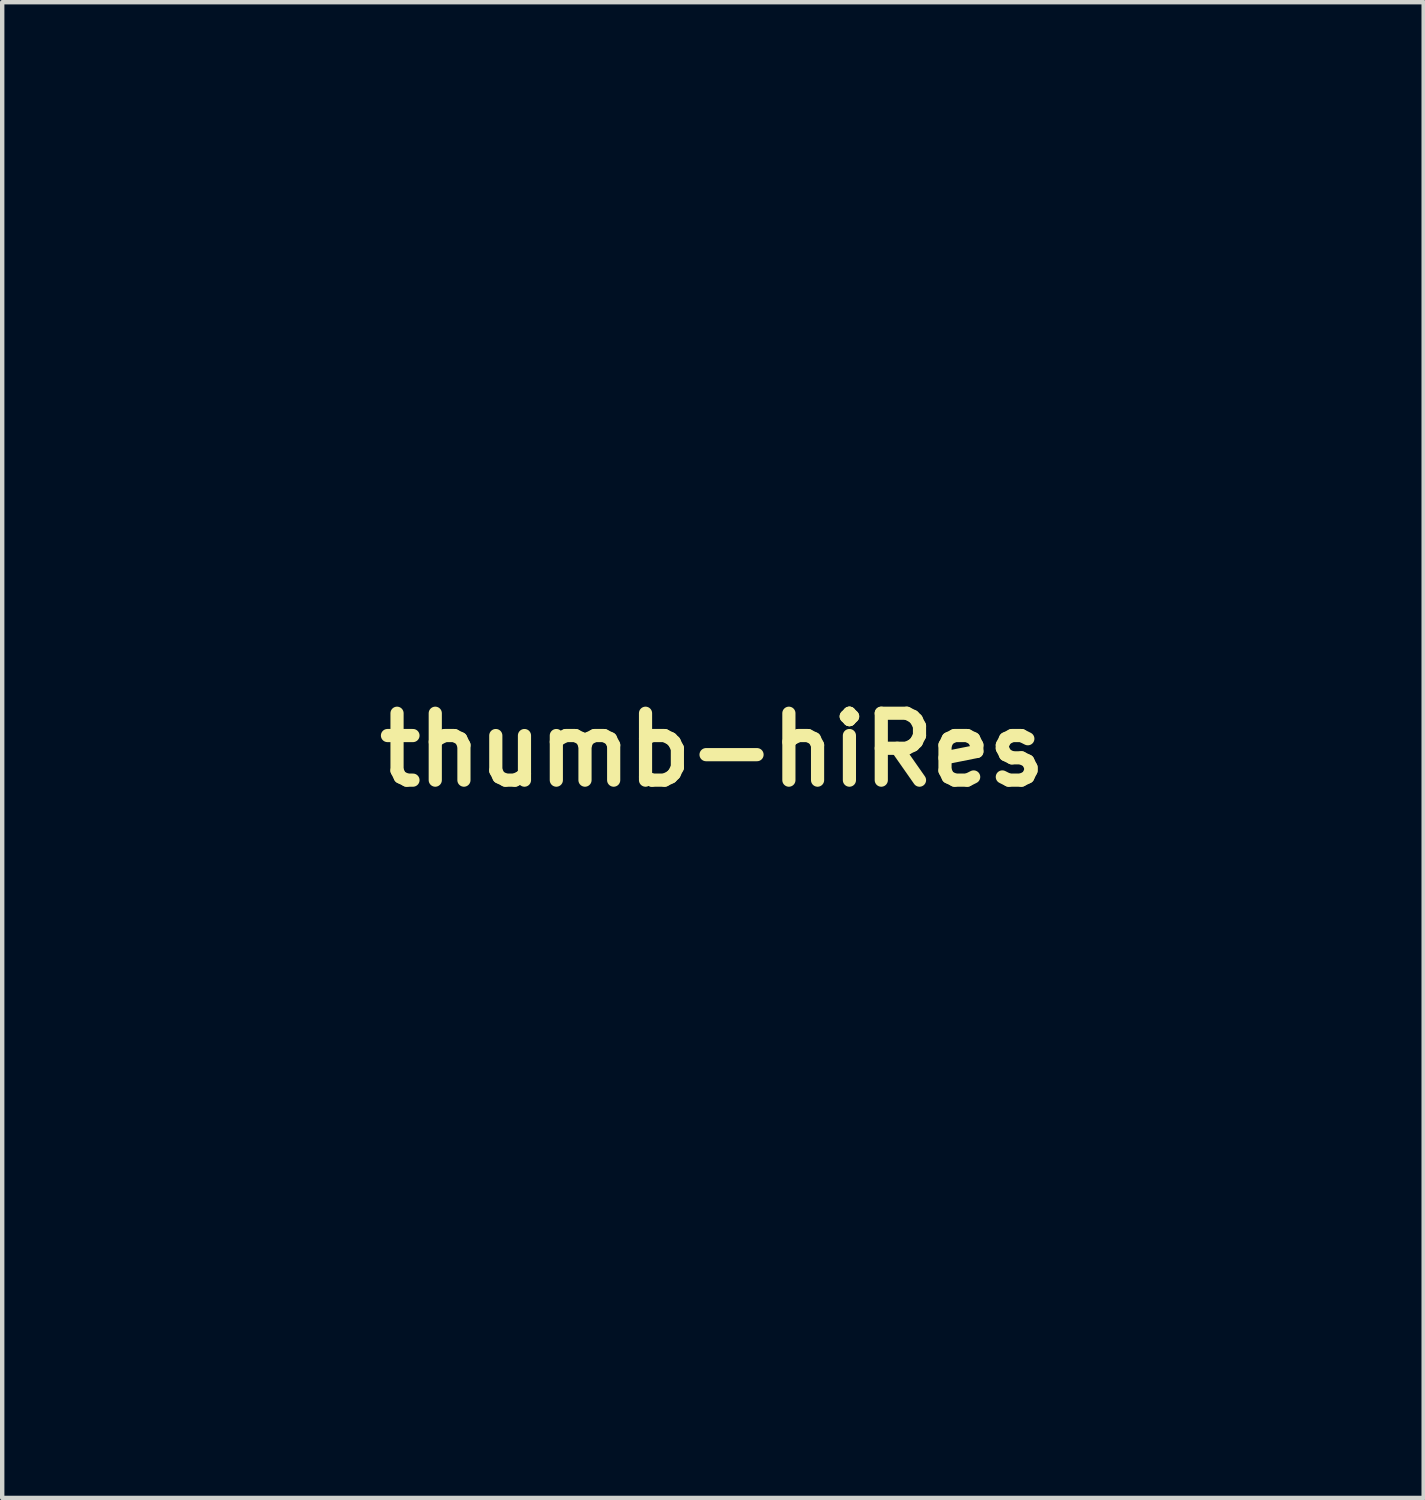
<source format=kicad_pcb>
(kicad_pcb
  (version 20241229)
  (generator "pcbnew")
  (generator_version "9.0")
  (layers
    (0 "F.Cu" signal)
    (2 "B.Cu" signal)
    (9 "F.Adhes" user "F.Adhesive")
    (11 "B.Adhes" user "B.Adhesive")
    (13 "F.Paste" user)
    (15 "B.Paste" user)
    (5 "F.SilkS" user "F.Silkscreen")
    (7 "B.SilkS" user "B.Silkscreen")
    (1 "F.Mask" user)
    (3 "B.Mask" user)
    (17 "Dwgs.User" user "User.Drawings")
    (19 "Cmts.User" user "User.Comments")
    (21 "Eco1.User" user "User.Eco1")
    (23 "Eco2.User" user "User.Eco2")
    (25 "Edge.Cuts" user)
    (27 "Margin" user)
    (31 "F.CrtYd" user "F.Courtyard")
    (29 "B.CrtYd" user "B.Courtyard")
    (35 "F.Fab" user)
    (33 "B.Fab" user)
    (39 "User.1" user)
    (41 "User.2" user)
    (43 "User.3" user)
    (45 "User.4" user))
  (footprint "thumb-hiRes"
    (layer "F.Cu")
    (at 13.179 14.032)
    (property "Reference" "thumb-hiRes" (at 0 0 0) (layer "F.SilkS") (effects (font (size 1.524 1.524) (thickness 0.3))))
    (attr through_hole)
    (fp_poly (pts (xy 13.152 -10.953) (xy 13.147 -10.74) (xy 13.132 -10.533) (xy 13.114 -10.391) (xy 13.106 -10.338) (xy 13.097 -10.289) (xy 13.088 -10.24) (xy 13.078 -10.191) (xy 13.065 -10.14) (xy 13.049 -10.086) (xy 13.03 -10.028) (xy 13.007 -9.963) (xy 12.979 -9.891) (xy 12.946 -9.81) (xy 12.906 -9.718) (xy 12.86 -9.614) (xy 12.807 -9.497) (xy 12.745 -9.366) (xy 12.675 -9.218) (xy 12.595 -9.052) (xy 12.506 -8.868) (xy 12.406 -8.663) (xy 12.294 -8.436) (xy 12.171 -8.185) (xy 12.035 -7.91) (xy 11.886 -7.608) (xy 11.723 -7.278) (xy 11.582 -6.994) (xy 11.565 -6.96) (xy 11.565 -11.312) (xy 11.563 -11.435) (xy 11.557 -11.549) (xy 11.549 -11.646) (xy 11.537 -11.717) (xy 11.535 -11.726) (xy 11.472 -11.9) (xy 11.384 -12.054) (xy 11.293 -12.164) (xy 11.18 -12.269) (xy 11.057 -12.352) (xy 10.915 -12.419) (xy 10.861 -12.44) (xy 10.773 -12.469) (xy 10.687 -12.492) (xy 10.598 -12.511) (xy 10.501 -12.525) (xy 10.39 -12.535) (xy 10.26 -12.542) (xy 10.105 -12.547) (xy 9.98 -12.55) (xy 9.935 -12.55) (xy 9.857 -12.551) (xy 9.747 -12.551) (xy 9.606 -12.552) (xy 9.436 -12.553) (xy 9.238 -12.554) (xy 9.012 -12.555) (xy 8.759 -12.556) (xy 8.482 -12.557) (xy 8.18 -12.558) (xy 7.856 -12.56) (xy 7.509 -12.561) (xy 7.142 -12.562) (xy 6.755 -12.564) (xy 6.349 -12.565) (xy 5.925 -12.567) (xy 5.485 -12.568) (xy 5.03 -12.57) (xy 4.56 -12.571) (xy 4.077 -12.573) (xy 3.582 -12.574) (xy 3.075 -12.576) (xy 2.559 -12.578) (xy 2.033 -12.579) (xy 1.5 -12.581) (xy 1.028 -12.582) (xy -7.474 -12.608) (xy -7.563 -12.568) (xy -7.658 -12.514) (xy -7.746 -12.442) (xy -7.833 -12.345) (xy -7.856 -12.316) (xy -7.954 -12.171) (xy -8.048 -11.994) (xy -8.138 -11.789) (xy -8.223 -11.557) (xy -8.303 -11.3) (xy -8.377 -11.021) (xy -8.443 -10.722) (xy -8.499 -10.415) (xy -8.516 -10.314) (xy -8.527 -10.239) (xy -8.533 -10.184) (xy -8.535 -10.141) (xy -8.532 -10.104) (xy -8.524 -10.066) (xy -8.517 -10.034) (xy -8.477 -9.909) (xy -8.416 -9.77) (xy -8.339 -9.624) (xy -8.25 -9.479) (xy -8.153 -9.343) (xy -8.095 -9.271) (xy -8.076 -9.25) (xy -8.058 -9.232) (xy -8.043 -9.215) (xy -8.03 -9.198) (xy -8.019 -9.178) (xy -8.011 -9.155) (xy -8.007 -9.125) (xy -8.005 -9.088) (xy -8.007 -9.042) (xy -8.013 -8.984) (xy -8.024 -8.914) (xy -8.038 -8.829) (xy -8.057 -8.727) (xy -8.081 -8.607) (xy -8.11 -8.468) (xy -8.145 -8.306) (xy -8.186 -8.122) (xy -8.232 -7.911) (xy -8.285 -7.674) (xy -8.344 -7.408) (xy -8.41 -7.112) (xy -8.441 -6.973) (xy -8.498 -6.712) (xy -8.555 -6.46) (xy -8.609 -6.218) (xy -8.66 -5.989) (xy -8.709 -5.774) (xy -8.754 -5.575) (xy -8.795 -5.396) (xy -8.831 -5.236) (xy -8.863 -5.1) (xy -8.889 -4.989) (xy -8.909 -4.904) (xy -8.923 -4.849) (xy -8.93 -4.826) (xy -8.994 -4.697) (xy -9.08 -4.59) (xy -9.19 -4.503) (xy -9.327 -4.436) (xy -9.49 -4.387) (xy -9.566 -4.372) (xy -9.65 -4.355) (xy -9.729 -4.334) (xy -9.794 -4.314) (xy -9.821 -4.303) (xy -9.904 -4.25) (xy -9.985 -4.176) (xy -10.052 -4.093) (xy -10.081 -4.043) (xy -10.096 -4.002) (xy -10.114 -3.932) (xy -10.136 -3.838) (xy -10.161 -3.724) (xy -10.187 -3.595) (xy -10.214 -3.456) (xy -10.24 -3.312) (xy -10.266 -3.167) (xy -10.29 -3.025) (xy -10.311 -2.892) (xy -10.329 -2.772) (xy -10.342 -2.67) (xy -10.351 -2.591) (xy -10.353 -2.543) (xy -10.345 -2.403) (xy -10.317 -2.279) (xy -10.266 -2.161) (xy -10.194 -2.044) (xy -10.123 -1.928) (xy -10.083 -1.825) (xy -10.073 -1.731) (xy -10.08 -1.678) (xy -10.092 -1.643) (xy -10.115 -1.584) (xy -10.148 -1.507) (xy -10.186 -1.418) (xy -10.222 -1.339) (xy -10.347 -1.055) (xy -10.459 -0.785) (xy -10.559 -0.529) (xy -10.646 -0.289) (xy -10.719 -0.068) (xy -10.777 0.134) (xy -10.821 0.314) (xy -10.849 0.471) (xy -10.862 0.603) (xy -10.858 0.71) (xy -10.846 0.767) (xy -10.808 0.835) (xy -10.748 0.893) (xy -10.678 0.933) (xy -10.646 0.942) (xy -10.579 0.959) (xy -10.534 0.984) (xy -10.503 1.027) (xy -10.487 1.058) (xy -10.452 1.171) (xy -10.433 1.31) (xy -10.431 1.477) (xy -10.438 1.592) (xy -10.458 1.801) (xy -10.485 2.031) (xy -10.517 2.278) (xy -10.555 2.536) (xy -10.598 2.801) (xy -10.643 3.068) (xy -10.691 3.333) (xy -10.741 3.589) (xy -10.792 3.834) (xy -10.842 4.062) (xy -10.892 4.268) (xy -10.94 4.448) (xy -10.965 4.533) (xy -11.018 4.694) (xy -11.069 4.823) (xy -11.118 4.924) (xy -11.169 4.998) (xy -11.222 5.048) (xy -11.278 5.075) (xy -11.336 5.083) (xy -11.385 5.089) (xy -11.422 5.101) (xy -11.449 5.128) (xy -11.484 5.182) (xy -11.526 5.257) (xy -11.572 5.35) (xy -11.62 5.454) (xy -11.666 5.565) (xy -11.71 5.677) (xy -11.749 5.785) (xy -11.781 5.885) (xy -11.787 5.907) (xy -11.817 6.054) (xy -11.834 6.213) (xy -11.836 6.374) (xy -11.825 6.525) (xy -11.799 6.657) (xy -11.797 6.664) (xy -11.732 6.846) (xy -11.645 7.013) (xy -11.531 7.171) (xy -11.387 7.326) (xy -11.363 7.35) (xy -11.287 7.417) (xy -11.202 7.488) (xy -11.121 7.55) (xy -11.078 7.58) (xy -10.982 7.64) (xy -10.869 7.704) (xy -10.746 7.769) (xy -10.615 7.834) (xy -10.483 7.897) (xy -10.353 7.954) (xy -10.231 8.005) (xy -10.12 8.047) (xy -10.027 8.078) (xy -9.956 8.096) (xy -9.923 8.1) (xy -9.846 8.087) (xy -9.77 8.047) (xy -9.695 7.979) (xy -9.617 7.881) (xy -9.559 7.792) (xy -9.522 7.735) (xy -9.494 7.701) (xy -9.467 7.684) (xy -9.442 7.679) (xy -9.406 7.681) (xy -9.381 7.697) (xy -9.363 7.734) (xy -9.351 7.796) (xy -9.346 7.837) (xy -9.333 7.926) (xy -9.314 8.028) (xy -9.293 8.131) (xy -9.271 8.225) (xy -9.25 8.3) (xy -9.244 8.319) (xy -9.219 8.375) (xy -9.189 8.424) (xy -9.179 8.436) (xy -9.149 8.458) (xy -9.091 8.494) (xy -9.005 8.541) (xy -8.894 8.599) (xy -8.76 8.667) (xy -8.605 8.745) (xy -8.43 8.83) (xy -8.238 8.923) (xy -8.031 9.022) (xy -7.81 9.126) (xy -7.577 9.235) (xy -7.336 9.347) (xy -7.086 9.462) (xy -6.831 9.579) (xy -6.572 9.696) (xy -6.439 9.755) (xy -6.203 9.86) (xy -5.952 9.972) (xy -5.686 10.089) (xy -5.409 10.211) (xy -5.121 10.337) (xy -4.826 10.466) (xy -4.523 10.597) (xy -4.217 10.729) (xy -3.907 10.863) (xy -3.597 10.996) (xy -3.288 11.129) (xy -2.982 11.26) (xy -2.681 11.388) (xy -2.387 11.513) (xy -2.101 11.634) (xy -1.826 11.75) (xy -1.564 11.861) (xy -1.315 11.965) (xy -1.083 12.062) (xy -0.869 12.15) (xy -0.675 12.23) (xy -0.503 12.3) (xy -0.354 12.359) (xy -0.232 12.408) (xy -0.136 12.444) (xy -0.076 12.465) (xy 0.016 12.495) (xy 0.086 12.516) (xy 0.142 12.528) (xy 0.192 12.534) (xy 0.246 12.534) (xy 0.282 12.533) (xy 0.363 12.528) (xy 0.426 12.516) (xy 0.487 12.494) (xy 0.534 12.473) (xy 0.606 12.431) (xy 0.681 12.376) (xy 0.759 12.306) (xy 0.844 12.218) (xy 0.937 12.11) (xy 1.04 11.98) (xy 1.154 11.826) (xy 1.283 11.645) (xy 1.333 11.573) (xy 1.385 11.499) (xy 1.453 11.403) (xy 1.534 11.291) (xy 1.623 11.168) (xy 1.717 11.039) (xy 1.812 10.91) (xy 1.866 10.836) (xy 2.146 10.455) (xy 2.403 10.097) (xy 2.636 9.762) (xy 2.847 9.45) (xy 3.036 9.161) (xy 3.203 8.892) (xy 3.348 8.645) (xy 3.472 8.419) (xy 3.575 8.212) (xy 3.658 8.024) (xy 3.72 7.856) (xy 3.753 7.744) (xy 3.777 7.602) (xy 3.776 7.457) (xy 3.752 7.318) (xy 3.715 7.214) (xy 3.636 7.084) (xy 3.525 6.965) (xy 3.383 6.859) (xy 3.212 6.765) (xy 3.011 6.683) (xy 2.781 6.614) (xy 2.522 6.558) (xy 2.311 6.525) (xy 2.196 6.508) (xy 2.111 6.493) (xy 2.053 6.477) (xy 2.019 6.461) (xy 2.018 6.46) (xy 1.964 6.404) (xy 1.929 6.333) (xy 1.92 6.261) (xy 1.92 6.253) (xy 1.931 6.225) (xy 1.959 6.168) (xy 2.004 6.084) (xy 2.066 5.971) (xy 2.146 5.831) (xy 2.242 5.664) (xy 2.354 5.47) (xy 2.483 5.249) (xy 2.581 5.083) (xy 2.686 4.904) (xy 2.788 4.732) (xy 2.884 4.569) (xy 2.974 4.418) (xy 3.055 4.282) (xy 3.127 4.163) (xy 3.187 4.063) (xy 3.234 3.984) (xy 3.267 3.93) (xy 3.285 3.903) (xy 3.286 3.902) (xy 3.366 3.817) (xy 3.469 3.746) (xy 3.584 3.693) (xy 3.701 3.664) (xy 3.759 3.66) (xy 3.807 3.662) (xy 3.879 3.667) (xy 3.967 3.675) (xy 4.061 3.685) (xy 4.077 3.687) (xy 4.174 3.697) (xy 4.272 3.704) (xy 4.358 3.708) (xy 4.422 3.708) (xy 4.427 3.708) (xy 4.542 3.701) (xy 4.729 3.515) (xy 5.039 3.189) (xy 5.328 2.846) (xy 5.595 2.49) (xy 5.837 2.125) (xy 6.052 1.752) (xy 6.238 1.377) (xy 6.393 1.001) (xy 6.421 0.924) (xy 6.477 0.753) (xy 6.522 0.587) (xy 6.556 0.43) (xy 6.579 0.286) (xy 6.589 0.161) (xy 6.586 0.059) (xy 6.577 0.008) (xy 6.545 -0.072) (xy 6.492 -0.167) (xy 6.422 -0.269) (xy 6.34 -0.371) (xy 6.324 -0.389) (xy 6.279 -0.44) (xy 6.248 -0.48) (xy 6.233 -0.504) (xy 6.234 -0.508) (xy 6.258 -0.518) (xy 6.303 -0.545) (xy 6.365 -0.585) (xy 6.438 -0.634) (xy 6.517 -0.69) (xy 6.597 -0.748) (xy 6.672 -0.804) (xy 6.737 -0.855) (xy 6.781 -0.893) (xy 6.944 -1.05) (xy 7.079 -1.208) (xy 7.191 -1.375) (xy 7.283 -1.557) (xy 7.361 -1.762) (xy 7.395 -1.873) (xy 7.457 -2.139) (xy 7.493 -2.409) (xy 7.502 -2.677) (xy 7.485 -2.939) (xy 7.442 -3.191) (xy 7.373 -3.426) (xy 7.35 -3.486) (xy 7.309 -3.587) (xy 7.57 -4.145) (xy 7.732 -4.492) (xy 7.894 -4.84) (xy 8.055 -5.187) (xy 8.213 -5.53) (xy 8.367 -5.865) (xy 8.516 -6.19) (xy 8.659 -6.503) (xy 8.795 -6.8) (xy 8.921 -7.079) (xy 9.037 -7.337) (xy 9.142 -7.571) (xy 9.234 -7.778) (xy 9.269 -7.859) (xy 9.368 -8.073) (xy 9.464 -8.258) (xy 9.561 -8.419) (xy 9.663 -8.56) (xy 9.773 -8.685) (xy 9.896 -8.799) (xy 10.035 -8.906) (xy 10.194 -9.01) (xy 10.315 -9.081) (xy 10.486 -9.195) (xy 10.656 -9.339) (xy 10.82 -9.506) (xy 10.976 -9.694) (xy 11.12 -9.897) (xy 11.25 -10.11) (xy 11.361 -10.33) (xy 11.452 -10.55) (xy 11.518 -10.767) (xy 11.541 -10.878) (xy 11.553 -10.963) (xy 11.56 -11.068) (xy 11.564 -11.187) (xy 11.565 -11.312) (xy 11.565 -6.96) (xy 11.417 -6.66) (xy 11.265 -6.353) (xy 11.126 -6.072) (xy 10.998 -5.813) (xy 10.88 -5.573) (xy 10.771 -5.35) (xy 10.669 -5.142) (xy 10.573 -4.946) (xy 10.482 -4.758) (xy 10.395 -4.577) (xy 10.31 -4.4) (xy 10.227 -4.224) (xy 10.143 -4.046) (xy 10.057 -3.864) (xy 9.969 -3.675) (xy 9.877 -3.476) (xy 9.779 -3.265) (xy 9.675 -3.039) (xy 9.563 -2.795) (xy 9.442 -2.531) (xy 9.311 -2.244) (xy 9.175 -1.949) (xy 9.032 -1.634) (xy 8.88 -1.302) (xy 8.722 -0.955) (xy 8.56 -0.598) (xy 8.395 -0.234) (xy 8.23 0.132) (xy 8.066 0.496) (xy 7.905 0.854) (xy 7.748 1.203) (xy 7.598 1.537) (xy 7.456 1.854) (xy 7.325 2.149) (xy 7.205 2.418) (xy 7.182 2.472) (xy 7.047 2.777) (xy 6.924 3.055) (xy 6.812 3.309) (xy 6.709 3.543) (xy 6.615 3.76) (xy 6.526 3.964) (xy 6.443 4.158) (xy 6.362 4.346) (xy 6.284 4.531) (xy 6.206 4.717) (xy 6.127 4.907) (xy 6.045 5.106) (xy 5.959 5.315) (xy 5.868 5.54) (xy 5.769 5.784) (xy 5.662 6.049) (xy 5.544 6.34) (xy 5.53 6.375) (xy 5.413 6.667) (xy 5.286 6.984) (xy 5.152 7.321) (xy 5.012 7.671) (xy 4.869 8.03) (xy 4.726 8.391) (xy 4.584 8.751) (xy 4.445 9.102) (xy 4.311 9.44) (xy 4.186 9.76) (xy 4.07 10.056) (xy 4.031 10.155) (xy 3.935 10.401) (xy 3.84 10.643) (xy 3.748 10.879) (xy 3.659 11.104) (xy 3.574 11.318) (xy 3.495 11.518) (xy 3.422 11.702) (xy 3.356 11.867) (xy 3.298 12.01) (xy 3.249 12.131) (xy 3.211 12.225) (xy 3.183 12.291) (xy 3.175 12.309) (xy 3.125 12.42) (xy 3.082 12.509) (xy 3.041 12.585) (xy 2.997 12.657) (xy 2.944 12.734) (xy 2.877 12.826) (xy 2.862 12.846) (xy 2.792 12.938) (xy 2.736 13.01) (xy 2.685 13.068) (xy 2.633 13.119) (xy 2.574 13.171) (xy 2.501 13.231) (xy 2.453 13.269) (xy 2.357 13.341) (xy 2.244 13.421) (xy 2.124 13.502) (xy 2.009 13.576) (xy 1.956 13.608) (xy 1.849 13.671) (xy 1.76 13.72) (xy 1.678 13.761) (xy 1.594 13.798) (xy 1.497 13.835) (xy 1.38 13.876) (xy 1.076 13.982) (xy 0.678 13.989) (xy 0.533 13.99) (xy 0.414 13.99) (xy 0.314 13.988) (xy 0.225 13.983) (xy 0.141 13.975) (xy 0.053 13.964) (xy 0.051 13.963) (xy 0.01 13.958) (xy -0.027 13.953) (xy -0.064 13.948) (xy -0.1 13.942) (xy -0.137 13.935) (xy -0.175 13.927) (xy -0.216 13.917) (xy -0.26 13.905) (xy -0.31 13.89) (xy -0.364 13.872) (xy -0.426 13.851) (xy -0.495 13.826) (xy -0.573 13.796) (xy -0.66 13.762) (xy -0.759 13.723) (xy -0.868 13.678) (xy -0.991 13.627) (xy -1.128 13.569) (xy -1.279 13.505) (xy -1.446 13.433) (xy -1.629 13.353) (xy -1.831 13.266) (xy -2.051 13.169) (xy -2.291 13.064) (xy -2.551 12.95) (xy -2.834 12.825) (xy -3.139 12.69) (xy -3.469 12.545) (xy -3.823 12.388) (xy -4.203 12.22) (xy -4.61 12.04) (xy -5.044 11.848) (xy -5.508 11.643) (xy -6.001 11.424) (xy -6.048 11.403) (xy -6.453 11.224) (xy -6.852 11.047) (xy -7.242 10.874) (xy -7.623 10.705) (xy -7.994 10.54) (xy -8.353 10.381) (xy -8.699 10.227) (xy -9.031 10.079) (xy -9.348 9.938) (xy -9.649 9.804) (xy -9.932 9.677) (xy -10.196 9.559) (xy -10.441 9.45) (xy -10.664 9.35) (xy -10.865 9.26) (xy -11.043 9.18) (xy -11.196 9.111) (xy -11.323 9.053) (xy -11.423 9.007) (xy -11.495 8.974) (xy -11.538 8.953) (xy -11.546 8.949) (xy -11.781 8.808) (xy -12.006 8.645) (xy -12.214 8.465) (xy -12.401 8.272) (xy -12.561 8.072) (xy -12.593 8.026) (xy -12.712 7.83) (xy -12.823 7.61) (xy -12.922 7.376) (xy -13.005 7.137) (xy -13.069 6.902) (xy -13.108 6.704) (xy -13.115 6.649) (xy -13.121 6.595) (xy -13.126 6.54) (xy -13.128 6.481) (xy -13.129 6.416) (xy -13.128 6.343) (xy -13.125 6.261) (xy -13.119 6.167) (xy -13.111 6.059) (xy -13.1 5.935) (xy -13.086 5.793) (xy -13.069 5.632) (xy -13.049 5.448) (xy -13.025 5.241) (xy -12.998 5.007) (xy -12.967 4.746) (xy -12.932 4.454) (xy -12.904 4.219) (xy -12.868 3.92) (xy -12.835 3.65) (xy -12.805 3.405) (xy -12.777 3.181) (xy -12.751 2.973) (xy -12.726 2.777) (xy -12.701 2.589) (xy -12.676 2.405) (xy -12.649 2.22) (xy -12.622 2.029) (xy -12.593 1.83) (xy -12.56 1.616) (xy -12.525 1.384) (xy -12.486 1.131) (xy -12.443 0.85) (xy -12.42 0.703) (xy -12.363 0.337) (xy -12.31 0.002) (xy -12.26 -0.307) (xy -12.214 -0.591) (xy -12.17 -0.854) (xy -12.128 -1.1) (xy -12.088 -1.33) (xy -12.049 -1.55) (xy -12.01 -1.761) (xy -11.971 -1.966) (xy -11.97 -1.974) (xy -11.871 -2.487) (xy -11.772 -2.987) (xy -11.675 -3.47) (xy -11.58 -3.935) (xy -11.487 -4.379) (xy -11.397 -4.799) (xy -11.31 -5.193) (xy -11.227 -5.558) (xy -11.158 -5.854) (xy -11.116 -6.03) (xy -11.069 -6.234) (xy -11.017 -6.459) (xy -10.961 -6.7) (xy -10.903 -6.951) (xy -10.845 -7.207) (xy -10.787 -7.461) (xy -10.731 -7.709) (xy -10.678 -7.944) (xy -10.666 -7.998) (xy -10.609 -8.248) (xy -10.549 -8.508) (xy -10.487 -8.776) (xy -10.423 -9.048) (xy -10.357 -9.323) (xy -10.29 -9.598) (xy -10.224 -9.87) (xy -10.158 -10.137) (xy -10.093 -10.396) (xy -10.03 -10.644) (xy -9.97 -10.88) (xy -9.913 -11.1) (xy -9.86 -11.302) (xy -9.811 -11.483) (xy -9.767 -11.642) (xy -9.729 -11.774) (xy -9.697 -11.878) (xy -9.675 -11.943) (xy -9.566 -12.213) (xy -9.436 -12.468) (xy -9.288 -12.704) (xy -9.126 -12.918) (xy -8.951 -13.104) (xy -8.891 -13.16) (xy -8.808 -13.23) (xy -8.709 -13.311) (xy -8.606 -13.391) (xy -8.511 -13.463) (xy -8.505 -13.467) (xy -8.416 -13.531) (xy -8.342 -13.579) (xy -8.274 -13.618) (xy -8.201 -13.653) (xy -8.112 -13.689) (xy -8.049 -13.714) (xy -7.805 -13.8) (xy -7.569 -13.87) (xy -7.347 -13.922) (xy -7.146 -13.955) (xy -7.112 -13.957) (xy -7.045 -13.959) (xy -6.946 -13.96) (xy -6.818 -13.962) (xy -6.66 -13.964) (xy -6.475 -13.966) (xy -6.264 -13.967) (xy -6.027 -13.969) (xy -5.766 -13.97) (xy -5.483 -13.971) (xy -5.179 -13.973) (xy -4.854 -13.974) (xy -4.51 -13.975) (xy -4.149 -13.976) (xy -3.771 -13.977) (xy -3.378 -13.978) (xy -2.971 -13.979) (xy -2.552 -13.979) (xy -2.121 -13.98) (xy -1.68 -13.981) (xy -1.23 -13.981) (xy -0.772 -13.982) (xy -0.308 -13.982) (xy 0.161 -13.982) (xy 0.635 -13.982) (xy 1.11 -13.982) (xy 1.588 -13.982) (xy 2.065 -13.982) (xy 2.542 -13.982) (xy 3.016 -13.982) (xy 3.487 -13.982) (xy 3.952 -13.981) (xy 4.412 -13.981) (xy 4.865 -13.98) (xy 5.309 -13.98) (xy 5.743 -13.979) (xy 6.166 -13.978) (xy 6.577 -13.978) (xy 6.974 -13.977) (xy 7.356 -13.976) (xy 7.723 -13.975) (xy 8.072 -13.974) (xy 8.402 -13.972) (xy 8.713 -13.971) (xy 9.003 -13.97) (xy 9.27 -13.968) (xy 9.514 -13.967) (xy 9.733 -13.965) (xy 9.927 -13.964) (xy 10.092 -13.962) (xy 10.23 -13.96) (xy 10.337 -13.958) (xy 10.414 -13.956) (xy 10.458 -13.954) (xy 10.463 -13.954) (xy 10.762 -13.907) (xy 11.059 -13.827) (xy 11.355 -13.713) (xy 11.647 -13.566) (xy 11.937 -13.386) (xy 11.988 -13.35) (xy 12.081 -13.284) (xy 12.152 -13.23) (xy 12.211 -13.18) (xy 12.265 -13.128) (xy 12.32 -13.066) (xy 12.386 -12.988) (xy 12.396 -12.975) (xy 12.595 -12.711) (xy 12.765 -12.439) (xy 12.906 -12.16) (xy 13.015 -11.879) (xy 13.093 -11.597) (xy 13.106 -11.535) (xy 13.131 -11.36) (xy 13.147 -11.163) (xy 13.152 -10.953)) (stroke (width 0.1) (type solid)) (fill no) (layer "Eco1.User"))
    (fp_poly (pts (xy 6.026 0.138) (xy 6.023 0.269) (xy 5.995 0.421) (xy 5.943 0.595) (xy 5.865 0.789) (xy 5.77 0.991) (xy 5.654 1.21) (xy 5.527 1.426) (xy 5.393 1.637) (xy 5.252 1.841) (xy 5.106 2.036) (xy 4.958 2.219) (xy 4.81 2.39) (xy 4.663 2.544) (xy 4.519 2.682) (xy 4.38 2.8) (xy 4.248 2.896) (xy 4.126 2.968) (xy 4.014 3.015) (xy 3.915 3.033) (xy 3.904 3.033) (xy 3.853 3.029) (xy 3.798 3.016) (xy 3.736 2.99) (xy 3.659 2.95) (xy 3.562 2.893) (xy 3.533 2.875) (xy 3.437 2.822) (xy 3.358 2.794) (xy 3.29 2.788) (xy 3.258 2.795) (xy 3.177 2.831) (xy 3.085 2.898) (xy 2.982 2.992) (xy 2.87 3.114) (xy 2.749 3.261) (xy 2.623 3.432) (xy 2.53 3.567) (xy 2.507 3.602) (xy 2.468 3.663) (xy 2.413 3.75) (xy 2.344 3.86) (xy 2.261 3.991) (xy 2.166 4.142) (xy 2.061 4.311) (xy 1.945 4.495) (xy 1.821 4.693) (xy 1.689 4.903) (xy 1.551 5.124) (xy 1.408 5.353) (xy 1.261 5.588) (xy 1.11 5.829) (xy 0.959 6.072) (xy 0.806 6.316) (xy 0.654 6.559) (xy 0.504 6.799) (xy 0.357 7.035) (xy 0.214 7.264) (xy 0.077 7.485) (xy -0.055 7.696) (xy -0.179 7.895) (xy -0.294 8.08) (xy -0.399 8.25) (xy -0.493 8.402) (xy -0.575 8.534) (xy -0.644 8.645) (xy -0.698 8.733) (xy -0.737 8.796) (xy -0.757 8.83) (xy -0.84 8.98) (xy -0.901 9.108) (xy -0.941 9.219) (xy -0.962 9.315) (xy -0.965 9.368) (xy -0.961 9.423) (xy -0.946 9.47) (xy -0.917 9.512) (xy -0.869 9.551) (xy -0.8 9.592) (xy -0.705 9.635) (xy -0.582 9.686) (xy -0.576 9.688) (xy -0.483 9.724) (xy -0.395 9.757) (xy -0.321 9.784) (xy -0.266 9.803) (xy -0.246 9.809) (xy -0.137 9.826) (xy -0.015 9.823) (xy 0.102 9.8) (xy 0.115 9.797) (xy 0.208 9.76) (xy 0.299 9.71) (xy 0.388 9.644) (xy 0.477 9.559) (xy 0.569 9.453) (xy 0.666 9.324) (xy 0.769 9.17) (xy 0.88 8.989) (xy 0.974 8.828) (xy 1.083 8.641) (xy 1.181 8.479) (xy 1.271 8.34) (xy 1.358 8.217) (xy 1.443 8.108) (xy 1.531 8.006) (xy 1.625 7.907) (xy 1.688 7.845) (xy 1.859 7.695) (xy 2.029 7.569) (xy 2.195 7.47) (xy 2.357 7.398) (xy 2.511 7.354) (xy 2.657 7.339) (xy 2.791 7.353) (xy 2.856 7.373) (xy 2.963 7.425) (xy 3.041 7.492) (xy 3.09 7.576) (xy 3.113 7.68) (xy 3.114 7.782) (xy 3.104 7.867) (xy 3.087 7.947) (xy 3.059 8.031) (xy 3.018 8.128) (xy 2.971 8.227) (xy 2.924 8.317) (xy 2.87 8.41) (xy 2.808 8.508) (xy 2.737 8.615) (xy 2.653 8.731) (xy 2.556 8.86) (xy 2.444 9.004) (xy 2.315 9.166) (xy 2.167 9.347) (xy 1.998 9.551) (xy 1.958 9.599) (xy 1.797 9.793) (xy 1.654 9.969) (xy 1.524 10.134) (xy 1.401 10.294) (xy 1.28 10.458) (xy 1.155 10.631) (xy 1.023 10.821) (xy 0.913 10.98) (xy 0.796 11.15) (xy 0.693 11.292) (xy 0.601 11.412) (xy 0.519 11.51) (xy 0.444 11.59) (xy 0.372 11.655) (xy 0.303 11.708) (xy 0.232 11.751) (xy 0.201 11.767) (xy 0.069 11.818) (xy -0.057 11.84) (xy -0.174 11.832) (xy -0.215 11.821) (xy -0.275 11.797) (xy -0.361 11.755) (xy -0.473 11.697) (xy -0.608 11.623) (xy -0.765 11.534) (xy -0.915 11.447) (xy -1.043 11.374) (xy -1.189 11.294) (xy -1.351 11.209) (xy -1.523 11.121) (xy -1.7 11.032) (xy -1.879 10.944) (xy -2.056 10.86) (xy -2.225 10.781) (xy -2.382 10.71) (xy -2.522 10.649) (xy -2.643 10.599) (xy -2.738 10.564) (xy -2.741 10.563) (xy -2.805 10.544) (xy -2.891 10.522) (xy -2.99 10.498) (xy -3.092 10.476) (xy -3.116 10.472) (xy -3.251 10.443) (xy -3.357 10.416) (xy -3.437 10.39) (xy -3.495 10.362) (xy -3.537 10.331) (xy -3.554 10.312) (xy -3.578 10.285) (xy -3.601 10.275) (xy -3.636 10.279) (xy -3.668 10.287) (xy -3.729 10.297) (xy -3.789 10.299) (xy -3.805 10.297) (xy -3.864 10.28) (xy -3.949 10.242) (xy -4.062 10.185) (xy -4.202 10.107) (xy -4.368 10.01) (xy -4.395 9.993) (xy -4.525 9.917) (xy -4.672 9.836) (xy -4.831 9.751) (xy -4.998 9.664) (xy -5.166 9.58) (xy -5.332 9.499) (xy -5.489 9.425) (xy -5.634 9.36) (xy -5.76 9.306) (xy -5.863 9.266) (xy -5.881 9.26) (xy -5.947 9.241) (xy -6.034 9.22) (xy -6.127 9.202) (xy -6.178 9.193) (xy -6.319 9.166) (xy -6.427 9.133) (xy -6.506 9.094) (xy -6.558 9.046) (xy -6.569 9.029) (xy -6.588 8.972) (xy -6.599 8.891) (xy -6.602 8.793) (xy -6.599 8.685) (xy -6.588 8.577) (xy -6.57 8.475) (xy -6.561 8.438) (xy -6.508 8.272) (xy -6.443 8.108) (xy -6.37 7.953) (xy -6.29 7.815) (xy -6.209 7.7) (xy -6.169 7.653) (xy -6.096 7.582) (xy -6.033 7.539) (xy -5.976 7.525) (xy -5.918 7.539) (xy -5.855 7.58) (xy -5.812 7.617) (xy -5.755 7.667) (xy -5.713 7.692) (xy -5.678 7.693) (xy -5.643 7.669) (xy -5.598 7.62) (xy -5.592 7.612) (xy -5.573 7.588) (xy -5.552 7.556) (xy -5.527 7.514) (xy -5.499 7.461) (xy -5.466 7.396) (xy -5.428 7.317) (xy -5.385 7.224) (xy -5.335 7.113) (xy -5.278 6.986) (xy -5.214 6.838) (xy -5.141 6.671) (xy -5.06 6.481) (xy -4.97 6.268) (xy -4.869 6.03) (xy -4.758 5.765) (xy -4.635 5.473) (xy -4.501 5.152) (xy -4.406 4.925) (xy -4.262 4.582) (xy -4.132 4.269) (xy -4.013 3.985) (xy -3.906 3.727) (xy -3.809 3.495) (xy -3.723 3.286) (xy -3.646 3.1) (xy -3.579 2.934) (xy -3.52 2.788) (xy -3.468 2.66) (xy -3.425 2.549) (xy -3.387 2.452) (xy -3.357 2.368) (xy -3.331 2.297) (xy -3.311 2.236) (xy -3.295 2.183) (xy -3.284 2.139) (xy -3.275 2.1) (xy -3.27 2.066) (xy -3.266 2.035) (xy -3.264 2.005) (xy -3.263 1.975) (xy -3.263 1.957) (xy -3.263 1.895) (xy -3.267 1.859) (xy -3.276 1.841) (xy -3.294 1.834) (xy -3.302 1.833) (xy -3.385 1.836) (xy -3.465 1.87) (xy -3.525 1.918) (xy -3.61 1.99) (xy -3.683 2.034) (xy -3.75 2.05) (xy -3.817 2.041) (xy -3.889 2.007) (xy -3.914 1.991) (xy -3.982 1.948) (xy -4.031 1.925) (xy -4.069 1.923) (xy -4.105 1.941) (xy -4.145 1.978) (xy -4.146 1.979) (xy -4.17 2.005) (xy -4.193 2.032) (xy -4.216 2.062) (xy -4.24 2.097) (xy -4.265 2.138) (xy -4.292 2.188) (xy -4.321 2.247) (xy -4.355 2.318) (xy -4.392 2.402) (xy -4.434 2.501) (xy -4.482 2.616) (xy -4.536 2.75) (xy -4.597 2.903) (xy -4.666 3.078) (xy -4.744 3.276) (xy -4.83 3.499) (xy -4.927 3.748) (xy -5.034 4.026) (xy -5.152 4.333) (xy -5.16 4.355) (xy -5.294 4.702) (xy -5.416 5.018) (xy -5.527 5.307) (xy -5.628 5.569) (xy -5.72 5.805) (xy -5.803 6.019) (xy -5.879 6.211) (xy -5.947 6.383) (xy -6.008 6.536) (xy -6.063 6.673) (xy -6.114 6.795) (xy -6.159 6.904) (xy -6.201 7.001) (xy -6.24 7.088) (xy -6.276 7.167) (xy -6.31 7.239) (xy -6.343 7.307) (xy -6.375 7.371) (xy -6.408 7.433) (xy -6.442 7.496) (xy -6.45 7.512) (xy -6.606 7.776) (xy -6.766 8.007) (xy -6.931 8.205) (xy -7.1 8.37) (xy -7.273 8.502) (xy -7.451 8.6) (xy -7.544 8.638) (xy -7.7 8.675) (xy -7.86 8.681) (xy -8.02 8.658) (xy -8.176 8.608) (xy -8.321 8.531) (xy -8.453 8.429) (xy -8.567 8.305) (xy -8.601 8.257) (xy -8.691 8.091) (xy -8.759 7.901) (xy -8.803 7.685) (xy -8.825 7.445) (xy -8.824 7.18) (xy -8.8 6.891) (xy -8.759 6.614) (xy -8.742 6.521) (xy -8.726 6.43) (xy -8.708 6.341) (xy -8.688 6.249) (xy -8.666 6.153) (xy -8.64 6.049) (xy -8.611 5.935) (xy -8.577 5.808) (xy -8.537 5.665) (xy -8.492 5.504) (xy -8.439 5.323) (xy -8.38 5.117) (xy -8.312 4.885) (xy -8.235 4.624) (xy -8.215 4.558) (xy -8.11 4.202) (xy -8.011 3.863) (xy -7.918 3.545) (xy -7.831 3.247) (xy -7.752 2.971) (xy -7.679 2.717) (xy -7.615 2.489) (xy -7.558 2.285) (xy -7.509 2.109) (xy -7.469 1.96) (xy -7.438 1.84) (xy -7.416 1.75) (xy -7.405 1.7) (xy -7.387 1.592) (xy -7.377 1.498) (xy -7.375 1.422) (xy -7.381 1.37) (xy -7.395 1.345) (xy -7.397 1.344) (xy -7.409 1.356) (xy -7.422 1.396) (xy -7.435 1.456) (xy -7.436 1.464) (xy -7.468 1.632) (xy -7.509 1.825) (xy -7.56 2.035) (xy -7.617 2.257) (xy -7.679 2.484) (xy -7.745 2.708) (xy -7.812 2.922) (xy -7.815 2.931) (xy -7.942 3.302) (xy -8.073 3.639) (xy -8.208 3.942) (xy -8.347 4.212) (xy -8.414 4.323) (xy -8.414 1.352) (xy -8.415 1.276) (xy -8.417 1.22) (xy -8.423 1.179) (xy -8.432 1.145) (xy -8.445 1.113) (xy -8.464 1.075) (xy -8.464 1.075) (xy -8.5 1.012) (xy -8.536 0.971) (xy -8.582 0.94) (xy -8.59 0.936) (xy -8.676 0.903) (xy -8.751 0.899) (xy -8.817 0.924) (xy -8.875 0.979) (xy -8.928 1.065) (xy -8.976 1.185) (xy -8.977 1.187) (xy -8.99 1.231) (xy -9.01 1.304) (xy -9.036 1.403) (xy -9.066 1.523) (xy -9.1 1.66) (xy -9.137 1.811) (xy -9.176 1.972) (xy -9.216 2.138) (xy -9.256 2.306) (xy -9.294 2.472) (xy -9.332 2.632) (xy -9.366 2.782) (xy -9.397 2.918) (xy -9.423 3.037) (xy -9.439 3.115) (xy -9.46 3.225) (xy -9.47 3.308) (xy -9.468 3.368) (xy -9.453 3.411) (xy -9.422 3.443) (xy -9.375 3.468) (xy -9.344 3.481) (xy -9.244 3.504) (xy -9.148 3.499) (xy -9.089 3.48) (xy -9.015 3.428) (xy -8.94 3.345) (xy -8.866 3.23) (xy -8.792 3.087) (xy -8.72 2.916) (xy -8.651 2.719) (xy -8.584 2.498) (xy -8.534 2.304) (xy -8.497 2.148) (xy -8.468 2.018) (xy -8.446 1.905) (xy -8.431 1.803) (xy -8.422 1.705) (xy -8.416 1.602) (xy -8.414 1.489) (xy -8.414 1.456) (xy -8.414 1.352) (xy -8.414 4.323) (xy -8.489 4.448) (xy -8.635 4.651) (xy -8.784 4.821) (xy -8.793 4.83) (xy -8.905 4.934) (xy -9.006 5.011) (xy -9.103 5.064) (xy -9.2 5.097) (xy -9.304 5.113) (xy -9.31 5.113) (xy -9.368 5.115) (xy -9.42 5.112) (xy -9.476 5.102) (xy -9.545 5.083) (xy -9.62 5.059) (xy -9.696 5.035) (xy -9.761 5.018) (xy -9.807 5.008) (xy -9.828 5.007) (xy -9.851 5.036) (xy -9.877 5.092) (xy -9.907 5.17) (xy -9.937 5.265) (xy -9.966 5.37) (xy -9.994 5.481) (xy -10.018 5.592) (xy -10.037 5.697) (xy -10.05 5.79) (xy -10.055 5.86) (xy -10.053 5.937) (xy -10.04 5.988) (xy -10.011 6.016) (xy -9.959 6.029) (xy -9.883 6.032) (xy -9.801 6.037) (xy -9.74 6.055) (xy -9.698 6.089) (xy -9.672 6.144) (xy -9.658 6.223) (xy -9.654 6.331) (xy -9.654 6.346) (xy -9.662 6.487) (xy -9.681 6.634) (xy -9.711 6.78) (xy -9.75 6.922) (xy -9.796 7.056) (xy -9.848 7.178) (xy -9.904 7.282) (xy -9.962 7.365) (xy -10.02 7.422) (xy -10.073 7.448) (xy -10.109 7.451) (xy -10.152 7.441) (xy -10.207 7.416) (xy -10.277 7.375) (xy -10.367 7.314) (xy -10.429 7.269) (xy -10.547 7.188) (xy -10.65 7.127) (xy -10.746 7.082) (xy -10.844 7.05) (xy -10.953 7.027) (xy -10.99 7.021) (xy -11.088 7.003) (xy -11.159 6.984) (xy -11.208 6.958) (xy -11.241 6.923) (xy -11.265 6.874) (xy -11.279 6.832) (xy -11.295 6.743) (xy -11.301 6.628) (xy -11.297 6.496) (xy -11.285 6.353) (xy -11.263 6.207) (xy -11.235 6.065) (xy -11.199 5.934) (xy -11.187 5.896) (xy -11.139 5.776) (xy -11.091 5.682) (xy -11.044 5.616) (xy -10.998 5.581) (xy -10.972 5.575) (xy -10.941 5.586) (xy -10.899 5.616) (xy -10.87 5.643) (xy -10.831 5.68) (xy -10.802 5.704) (xy -10.791 5.71) (xy -10.772 5.695) (xy -10.747 5.65) (xy -10.719 5.582) (xy -10.69 5.495) (xy -10.66 5.393) (xy -10.658 5.383) (xy -10.648 5.343) (xy -10.632 5.273) (xy -10.611 5.175) (xy -10.584 5.05) (xy -10.552 4.903) (xy -10.516 4.734) (xy -10.476 4.548) (xy -10.433 4.345) (xy -10.387 4.129) (xy -10.339 3.902) (xy -10.289 3.667) (xy -10.239 3.425) (xy -10.187 3.18) (xy -10.135 2.934) (xy -10.084 2.69) (xy -10.034 2.449) (xy -9.985 2.215) (xy -9.938 1.989) (xy -9.894 1.775) (xy -9.853 1.575) (xy -9.834 1.483) (xy -9.803 1.324) (xy -9.779 1.176) (xy -9.761 1.043) (xy -9.749 0.929) (xy -9.744 0.836) (xy -9.747 0.768) (xy -9.758 0.73) (xy -9.758 0.729) (xy -9.772 0.717) (xy -9.795 0.717) (xy -9.835 0.73) (xy -9.865 0.742) (xy -9.932 0.767) (xy -9.977 0.777) (xy -10.008 0.772) (xy -10.034 0.751) (xy -10.037 0.748) (xy -10.065 0.697) (xy -10.083 0.617) (xy -10.093 0.512) (xy -10.094 0.387) (xy -10.087 0.245) (xy -10.072 0.09) (xy -10.05 -0.073) (xy -10.02 -0.241) (xy -9.985 -0.41) (xy -9.944 -0.575) (xy -9.896 -0.734) (xy -9.868 -0.817) (xy -9.82 -0.939) (xy -9.766 -1.051) (xy -9.709 -1.149) (xy -9.652 -1.229) (xy -9.598 -1.286) (xy -9.55 -1.317) (xy -9.527 -1.321) (xy -9.468 -1.313) (xy -9.386 -1.29) (xy -9.286 -1.253) (xy -9.174 -1.206) (xy -9.155 -1.198) (xy -9.076 -1.163) (xy -8.999 -1.132) (xy -8.935 -1.109) (xy -8.906 -1.1) (xy -8.833 -1.089) (xy -8.735 -1.086) (xy -8.619 -1.089) (xy -8.494 -1.098) (xy -8.366 -1.113) (xy -8.243 -1.133) (xy -8.197 -1.142) (xy -8.084 -1.166) (xy -7.995 -1.18) (xy -7.925 -1.184) (xy -7.866 -1.178) (xy -7.81 -1.162) (xy -7.751 -1.136) (xy -7.747 -1.134) (xy -7.646 -1.068) (xy -7.561 -0.978) (xy -7.488 -0.86) (xy -7.427 -0.713) (xy -7.4 -0.629) (xy -7.359 -0.488) (xy -7.308 -0.579) (xy -7.246 -0.674) (xy -7.175 -0.76) (xy -7.102 -0.828) (xy -7.044 -0.867) (xy -6.993 -0.887) (xy -6.939 -0.894) (xy -6.878 -0.888) (xy -6.803 -0.868) (xy -6.709 -0.832) (xy -6.592 -0.779) (xy -6.588 -0.777) (xy -6.472 -0.725) (xy -6.376 -0.688) (xy -6.292 -0.668) (xy -6.21 -0.661) (xy -6.123 -0.668) (xy -6.02 -0.688) (xy -5.928 -0.711) (xy -5.794 -0.743) (xy -5.689 -0.762) (xy -5.607 -0.768) (xy -5.545 -0.762) (xy -5.5 -0.743) (xy -5.483 -0.73) (xy -5.448 -0.684) (xy -5.423 -0.63) (xy -5.422 -0.628) (xy -5.412 -0.569) (xy -5.407 -0.485) (xy -5.406 -0.387) (xy -5.41 -0.283) (xy -5.417 -0.182) (xy -5.429 -0.094) (xy -5.429 -0.093) (xy -5.465 0.081) (xy -5.51 0.266) (xy -5.565 0.457) (xy -5.626 0.648) (xy -5.692 0.833) (xy -5.76 1.008) (xy -5.829 1.166) (xy -5.897 1.302) (xy -5.962 1.411) (xy -5.968 1.419) (xy -6.024 1.487) (xy -6.086 1.525) (xy -6.161 1.537) (xy -6.219 1.533) (xy -6.274 1.528) (xy -6.308 1.531) (xy -6.332 1.545) (xy -6.357 1.575) (xy -6.36 1.579) (xy -6.394 1.631) (xy -6.427 1.693) (xy -6.435 1.711) (xy -6.445 1.739) (xy -6.464 1.796) (xy -6.492 1.88) (xy -6.527 1.99) (xy -6.569 2.122) (xy -6.618 2.275) (xy -6.672 2.445) (xy -6.731 2.631) (xy -6.794 2.83) (xy -6.86 3.039) (xy -6.928 3.257) (xy -6.999 3.48) (xy -7.07 3.706) (xy -7.141 3.934) (xy -7.212 4.159) (xy -7.281 4.381) (xy -7.348 4.596) (xy -7.412 4.803) (xy -7.473 4.998) (xy -7.53 5.18) (xy -7.581 5.345) (xy -7.626 5.492) (xy -7.664 5.618) (xy -7.696 5.72) (xy -7.719 5.797) (xy -7.732 5.845) (xy -7.733 5.847) (xy -7.791 6.074) (xy -7.835 6.274) (xy -7.862 6.447) (xy -7.875 6.596) (xy -7.873 6.722) (xy -7.855 6.828) (xy -7.823 6.915) (xy -7.794 6.962) (xy -7.721 7.037) (xy -7.634 7.081) (xy -7.536 7.095) (xy -7.455 7.083) (xy -7.393 7.053) (xy -7.321 6.999) (xy -7.245 6.925) (xy -7.171 6.837) (xy -7.103 6.741) (xy -7.079 6.701) (xy -7.053 6.654) (xy -7.028 6.61) (xy -7.004 6.566) (xy -6.981 6.519) (xy -6.957 6.47) (xy -6.932 6.414) (xy -6.905 6.352) (xy -6.876 6.282) (xy -6.844 6.2) (xy -6.808 6.107) (xy -6.767 5.999) (xy -6.722 5.876) (xy -6.671 5.735) (xy -6.613 5.575) (xy -6.549 5.394) (xy -6.477 5.191) (xy -6.396 4.963) (xy -6.307 4.709) (xy -6.208 4.427) (xy -6.098 4.115) (xy -6.058 4) (xy -5.951 3.694) (xy -5.855 3.419) (xy -5.768 3.173) (xy -5.692 2.953) (xy -5.624 2.759) (xy -5.566 2.588) (xy -5.515 2.439) (xy -5.471 2.31) (xy -5.434 2.2) (xy -5.404 2.107) (xy -5.379 2.03) (xy -5.36 1.965) (xy -5.345 1.913) (xy -5.334 1.871) (xy -5.327 1.837) (xy -5.323 1.81) (xy -5.321 1.788) (xy -5.321 1.779) (xy -5.324 1.735) (xy -5.338 1.707) (xy -5.37 1.688) (xy -5.428 1.673) (xy -5.448 1.669) (xy -5.512 1.648) (xy -5.555 1.613) (xy -5.579 1.558) (xy -5.587 1.479) (xy -5.584 1.406) (xy -5.569 1.287) (xy -5.54 1.143) (xy -5.499 0.981) (xy -5.449 0.807) (xy -5.391 0.626) (xy -5.327 0.444) (xy -5.259 0.268) (xy -5.189 0.103) (xy -5.119 -0.044) (xy -5.101 -0.079) (xy -5.008 -0.245) (xy -4.914 -0.387) (xy -4.822 -0.502) (xy -4.734 -0.589) (xy -4.651 -0.645) (xy -4.607 -0.663) (xy -4.549 -0.672) (xy -4.479 -0.663) (xy -4.395 -0.637) (xy -4.292 -0.592) (xy -4.193 -0.541) (xy -4.098 -0.493) (xy -4.015 -0.456) (xy -3.938 -0.432) (xy -3.859 -0.419) (xy -3.773 -0.416) (xy -3.674 -0.424) (xy -3.555 -0.441) (xy -3.41 -0.467) (xy -3.397 -0.469) (xy -3.296 -0.487) (xy -3.189 -0.502) (xy -3.09 -0.513) (xy -3.019 -0.518) (xy -2.942 -0.522) (xy -2.89 -0.528) (xy -2.853 -0.539) (xy -2.821 -0.557) (xy -2.799 -0.573) (xy -2.708 -0.635) (xy -2.621 -0.673) (xy -2.526 -0.69) (xy -2.526 -0.69) (xy -2.494 -0.692) (xy -2.461 -0.69) (xy -2.421 -0.684) (xy -2.371 -0.673) (xy -2.306 -0.655) (xy -2.221 -0.629) (xy -2.111 -0.594) (xy -2.016 -0.563) (xy -1.822 -0.501) (xy -1.653 -0.452) (xy -1.504 -0.415) (xy -1.368 -0.39) (xy -1.242 -0.376) (xy -1.118 -0.373) (xy -0.99 -0.379) (xy -0.855 -0.395) (xy -0.704 -0.42) (xy -0.678 -0.425) (xy -0.57 -0.443) (xy -0.46 -0.461) (xy -0.359 -0.475) (xy -0.275 -0.484) (xy -0.245 -0.486) (xy -0.136 -0.488) (xy -0.054 -0.475) (xy 0.008 -0.446) (xy 0.056 -0.397) (xy 0.085 -0.346) (xy 0.102 -0.309) (xy 0.112 -0.275) (xy 0.117 -0.233) (xy 0.118 -0.178) (xy 0.115 -0.099) (xy 0.114 -0.07) (xy 0.101 0.074) (xy 0.074 0.222) (xy 0.032 0.38) (xy -0.025 0.55) (xy -0.1 0.735) (xy -0.193 0.941) (xy -0.274 1.106) (xy -0.387 1.323) (xy -0.502 1.523) (xy -0.617 1.704) (xy -0.73 1.865) (xy -0.84 2.004) (xy -0.946 2.118) (xy -1.045 2.207) (xy -1.138 2.268) (xy -1.221 2.3) (xy -1.261 2.304) (xy -1.32 2.292) (xy -1.397 2.257) (xy -1.49 2.2) (xy -1.527 2.174) (xy -1.614 2.125) (xy -1.685 2.105) (xy -1.727 2.103) (xy -1.76 2.11) (xy -1.793 2.131) (xy -1.839 2.171) (xy -1.923 2.262) (xy -2.013 2.386) (xy -2.109 2.544) (xy -2.174 2.66) (xy -2.19 2.693) (xy -2.22 2.755) (xy -2.261 2.844) (xy -2.314 2.957) (xy -2.377 3.092) (xy -2.449 3.248) (xy -2.53 3.422) (xy -2.618 3.612) (xy -2.712 3.816) (xy -2.812 4.033) (xy -2.916 4.259) (xy -3.024 4.493) (xy -3.134 4.732) (xy -3.246 4.976) (xy -3.358 5.22) (xy -3.47 5.464) (xy -3.58 5.706) (xy -3.689 5.942) (xy -3.794 6.172) (xy -3.895 6.393) (xy -3.99 6.602) (xy -4.08 6.799) (xy -4.162 6.98) (xy -4.237 7.144) (xy -4.302 7.288) (xy -4.358 7.411) (xy -4.402 7.51) (xy -4.435 7.584) (xy -4.454 7.629) (xy -4.456 7.633) (xy -4.501 7.747) (xy -4.532 7.84) (xy -4.552 7.92) (xy -4.562 7.994) (xy -4.565 8.054) (xy -4.565 8.117) (xy -4.56 8.156) (xy -4.546 8.185) (xy -4.519 8.214) (xy -4.507 8.225) (xy -4.465 8.254) (xy -4.4 8.289) (xy -4.317 8.329) (xy -4.225 8.368) (xy -4.132 8.405) (xy -4.045 8.435) (xy -3.973 8.455) (xy -3.971 8.456) (xy -3.865 8.463) (xy -3.755 8.442) (xy -3.65 8.394) (xy -3.636 8.385) (xy -3.573 8.336) (xy -3.511 8.272) (xy -3.449 8.192) (xy -3.385 8.092) (xy -3.318 7.969) (xy -3.246 7.821) (xy -3.168 7.645) (xy -3.112 7.512) (xy -3.027 7.312) (xy -2.949 7.141) (xy -2.877 6.993) (xy -2.806 6.864) (xy -2.735 6.751) (xy -2.661 6.648) (xy -2.581 6.551) (xy -2.493 6.457) (xy -2.465 6.429) (xy -2.384 6.35) (xy -2.317 6.291) (xy -2.257 6.247) (xy -2.196 6.21) (xy -2.164 6.193) (xy -2.046 6.144) (xy -1.944 6.121) (xy -1.852 6.124) (xy -1.787 6.142) (xy -1.695 6.187) (xy -1.63 6.245) (xy -1.587 6.32) (xy -1.565 6.416) (xy -1.562 6.537) (xy -1.563 6.553) (xy -1.573 6.655) (xy -1.596 6.765) (xy -1.633 6.885) (xy -1.683 7.017) (xy -1.749 7.164) (xy -1.832 7.329) (xy -1.932 7.513) (xy -2.05 7.719) (xy -2.161 7.905) (xy -2.234 8.025) (xy -2.306 8.145) (xy -2.375 8.259) (xy -2.436 8.361) (xy -2.487 8.446) (xy -2.525 8.508) (xy -2.528 8.514) (xy -2.629 8.683) (xy -2.528 8.781) (xy -2.463 8.84) (xy -2.411 8.872) (xy -2.365 8.878) (xy -2.318 8.858) (xy -2.262 8.81) (xy -2.225 8.773) (xy -2.149 8.686) (xy -2.067 8.579) (xy -1.978 8.449) (xy -1.882 8.296) (xy -1.854 8.249) (xy -1.81 8.175) (xy -1.752 8.075) (xy -1.682 7.953) (xy -1.599 7.809) (xy -1.506 7.647) (xy -1.404 7.468) (xy -1.293 7.273) (xy -1.174 7.066) (xy -1.05 6.847) (xy -0.92 6.62) (xy -0.787 6.385) (xy -0.651 6.146) (xy -0.513 5.903) (xy -0.375 5.66) (xy -0.237 5.418) (xy -0.101 5.178) (xy 0.032 4.944) (xy 0.16 4.716) (xy 0.284 4.498) (xy 0.401 4.29) (xy 0.511 4.096) (xy 0.612 3.917) (xy 0.703 3.754) (xy 0.783 3.611) (xy 0.852 3.488) (xy 0.907 3.389) (xy 0.948 3.315) (xy 0.974 3.267) (xy 0.977 3.261) (xy 1.071 3.073) (xy 1.146 2.912) (xy 1.203 2.776) (xy 1.242 2.664) (xy 1.263 2.575) (xy 1.268 2.508) (xy 1.264 2.482) (xy 1.251 2.454) (xy 1.225 2.442) (xy 1.19 2.44) (xy 1.146 2.444) (xy 1.08 2.454) (xy 1.003 2.468) (xy 0.963 2.477) (xy 0.875 2.495) (xy 0.811 2.504) (xy 0.763 2.503) (xy 0.735 2.498) (xy 0.673 2.467) (xy 0.631 2.409) (xy 0.608 2.327) (xy 0.603 2.222) (xy 0.617 2.095) (xy 0.649 1.948) (xy 0.699 1.783) (xy 0.767 1.601) (xy 0.852 1.404) (xy 0.928 1.245) (xy 1.085 0.946) (xy 1.242 0.673) (xy 1.4 0.429) (xy 1.558 0.214) (xy 1.714 0.029) (xy 1.868 -0.127) (xy 2.02 -0.251) (xy 2.169 -0.344) (xy 2.315 -0.404) (xy 2.405 -0.425) (xy 2.452 -0.43) (xy 2.503 -0.431) (xy 2.559 -0.427) (xy 2.626 -0.416) (xy 2.707 -0.397) (xy 2.807 -0.371) (xy 2.931 -0.335) (xy 3.081 -0.29) (xy 3.11 -0.281) (xy 3.312 -0.22) (xy 3.487 -0.17) (xy 3.641 -0.13) (xy 3.778 -0.099) (xy 3.905 -0.076) (xy 4.025 -0.06) (xy 4.145 -0.051) (xy 4.269 -0.046) (xy 4.363 -0.045) (xy 4.468 -0.046) (xy 4.566 -0.051) (xy 4.666 -0.059) (xy 4.778 -0.072) (xy 4.909 -0.091) (xy 4.982 -0.102) (xy 5.193 -0.132) (xy 5.381 -0.152) (xy 5.543 -0.162) (xy 5.678 -0.162) (xy 5.784 -0.153) (xy 5.86 -0.133) (xy 5.885 -0.121) (xy 5.957 -0.057) (xy 6.003 0.029) (xy 6.026 0.138)) (stroke (width 0.1) (type solid)) (fill no) (layer "Eco1.User"))
    (fp_poly (pts (xy 11.025 -11.403) (xy 11.012 -11.263) (xy 10.981 -11.105) (xy 10.933 -10.933) (xy 10.871 -10.751) (xy 10.794 -10.563) (xy 10.707 -10.372) (xy 10.609 -10.184) (xy 10.504 -10.001) (xy 10.392 -9.827) (xy 10.275 -9.668) (xy 10.156 -9.525) (xy 10.134 -9.502) (xy 10.03 -9.399) (xy 9.936 -9.327) (xy 9.85 -9.284) (xy 9.768 -9.269) (xy 9.687 -9.281) (xy 9.604 -9.319) (xy 9.59 -9.328) (xy 9.513 -9.369) (xy 9.447 -9.386) (xy 9.431 -9.387) (xy 9.394 -9.384) (xy 9.363 -9.373) (xy 9.328 -9.348) (xy 9.282 -9.303) (xy 9.268 -9.289) (xy 9.187 -9.192) (xy 9.1 -9.066) (xy 9.011 -8.911) (xy 8.92 -8.732) (xy 8.909 -8.71) (xy 8.872 -8.63) (xy 8.823 -8.526) (xy 8.764 -8.398) (xy 8.695 -8.248) (xy 8.617 -8.079) (xy 8.531 -7.893) (xy 8.439 -7.692) (xy 8.34 -7.477) (xy 8.236 -7.25) (xy 8.128 -7.015) (xy 8.017 -6.772) (xy 7.903 -6.523) (xy 7.788 -6.272) (xy 7.673 -6.018) (xy 7.557 -5.766) (xy 7.443 -5.516) (xy 7.332 -5.271) (xy 7.223 -5.033) (xy 7.119 -4.804) (xy 7.019 -4.585) (xy 6.925 -4.379) (xy 6.838 -4.187) (xy 6.759 -4.013) (xy 6.689 -3.857) (xy 6.628 -3.722) (xy 6.577 -3.61) (xy 6.538 -3.522) (xy 6.511 -3.462) (xy 6.498 -3.43) (xy 6.451 -3.303) (xy 6.412 -3.186) (xy 6.382 -3.081) (xy 6.364 -2.995) (xy 6.358 -2.931) (xy 6.361 -2.908) (xy 6.376 -2.879) (xy 6.408 -2.865) (xy 6.46 -2.866) (xy 6.537 -2.881) (xy 6.6 -2.898) (xy 6.704 -2.923) (xy 6.782 -2.932) (xy 6.84 -2.922) (xy 6.882 -2.894) (xy 6.913 -2.845) (xy 6.92 -2.83) (xy 6.941 -2.738) (xy 6.942 -2.624) (xy 6.924 -2.492) (xy 6.889 -2.346) (xy 6.839 -2.19) (xy 6.775 -2.028) (xy 6.699 -1.864) (xy 6.613 -1.701) (xy 6.518 -1.544) (xy 6.415 -1.396) (xy 6.308 -1.262) (xy 6.228 -1.177) (xy 6.122 -1.078) (xy 6.025 -1.007) (xy 5.932 -0.962) (xy 5.837 -0.94) (xy 5.732 -0.939) (xy 5.613 -0.957) (xy 5.609 -0.958) (xy 5.542 -0.975) (xy 5.458 -1) (xy 5.371 -1.029) (xy 5.338 -1.041) (xy 5.255 -1.07) (xy 5.171 -1.098) (xy 5.1 -1.12) (xy 5.076 -1.126) (xy 4.958 -1.146) (xy 4.815 -1.152) (xy 4.653 -1.145) (xy 4.478 -1.125) (xy 4.379 -1.108) (xy 4.23 -1.084) (xy 4.11 -1.073) (xy 4.017 -1.078) (xy 3.947 -1.099) (xy 3.898 -1.14) (xy 3.867 -1.202) (xy 3.852 -1.286) (xy 3.849 -1.394) (xy 3.851 -1.447) (xy 3.865 -1.586) (xy 3.894 -1.73) (xy 3.94 -1.885) (xy 4.003 -2.054) (xy 4.086 -2.243) (xy 4.136 -2.348) (xy 4.231 -2.533) (xy 4.323 -2.685) (xy 4.412 -2.805) (xy 4.487 -2.885) (xy 4.547 -2.937) (xy 4.599 -2.971) (xy 4.654 -2.99) (xy 4.722 -2.998) (xy 4.795 -2.999) (xy 4.928 -2.999) (xy 4.997 -3.077) (xy 5.033 -3.126) (xy 5.077 -3.195) (xy 5.123 -3.274) (xy 5.15 -3.327) (xy 5.18 -3.39) (xy 5.22 -3.475) (xy 5.268 -3.579) (xy 5.322 -3.699) (xy 5.381 -3.832) (xy 5.445 -3.974) (xy 5.511 -4.122) (xy 5.578 -4.274) (xy 5.644 -4.426) (xy 5.709 -4.575) (xy 5.771 -4.717) (xy 5.828 -4.85) (xy 5.88 -4.971) (xy 5.924 -5.075) (xy 5.96 -5.161) (xy 5.985 -5.224) (xy 5.999 -5.262) (xy 6.002 -5.272) (xy 5.983 -5.275) (xy 5.935 -5.279) (xy 5.861 -5.285) (xy 5.766 -5.291) (xy 5.655 -5.298) (xy 5.532 -5.306) (xy 5.4 -5.313) (xy 5.264 -5.321) (xy 5.129 -5.328) (xy 4.998 -5.335) (xy 4.876 -5.341) (xy 4.829 -5.343) (xy 4.829 -9.431) (xy 4.824 -9.491) (xy 4.807 -9.52) (xy 4.788 -9.528) (xy 4.756 -9.528) (xy 4.708 -9.519) (xy 4.638 -9.499) (xy 4.542 -9.467) (xy 4.535 -9.464) (xy 4.437 -9.437) (xy 4.362 -9.433) (xy 4.307 -9.452) (xy 4.267 -9.497) (xy 4.238 -9.568) (xy 4.234 -9.584) (xy 4.214 -9.662) (xy 4.165 -9.546) (xy 4.146 -9.498) (xy 4.117 -9.424) (xy 4.082 -9.33) (xy 4.042 -9.22) (xy 3.999 -9.102) (xy 3.962 -8.998) (xy 3.88 -8.772) (xy 3.806 -8.576) (xy 3.738 -8.407) (xy 3.674 -8.261) (xy 3.614 -8.134) (xy 3.555 -8.025) (xy 3.496 -7.929) (xy 3.436 -7.844) (xy 3.398 -7.796) (xy 3.293 -7.686) (xy 3.179 -7.603) (xy 3.062 -7.548) (xy 2.945 -7.524) (xy 2.918 -7.523) (xy 2.821 -7.538) (xy 2.743 -7.581) (xy 2.682 -7.653) (xy 2.678 -7.66) (xy 2.656 -7.706) (xy 2.643 -7.752) (xy 2.638 -7.811) (xy 2.637 -7.87) (xy 2.639 -7.932) (xy 2.643 -7.99) (xy 2.65 -8.051) (xy 2.663 -8.119) (xy 2.682 -8.201) (xy 2.707 -8.302) (xy 2.741 -8.427) (xy 2.762 -8.506) (xy 2.807 -8.671) (xy 2.841 -8.809) (xy 2.866 -8.926) (xy 2.883 -9.027) (xy 2.893 -9.119) (xy 2.897 -9.206) (xy 2.898 -9.234) (xy 2.891 -9.363) (xy 2.871 -9.467) (xy 2.835 -9.551) (xy 2.782 -9.622) (xy 2.773 -9.631) (xy 2.707 -9.686) (xy 2.633 -9.721) (xy 2.545 -9.739) (xy 2.433 -9.741) (xy 2.402 -9.74) (xy 2.255 -9.718) (xy 2.12 -9.665) (xy 1.994 -9.582) (xy 1.876 -9.468) (xy 1.816 -9.393) (xy 1.731 -9.268) (xy 1.649 -9.123) (xy 1.574 -8.966) (xy 1.506 -8.802) (xy 1.45 -8.64) (xy 1.407 -8.484) (xy 1.381 -8.343) (xy 1.373 -8.234) (xy 1.377 -8.168) (xy 1.392 -8.107) (xy 1.421 -8.048) (xy 1.466 -7.988) (xy 1.53 -7.925) (xy 1.615 -7.856) (xy 1.724 -7.777) (xy 1.86 -7.686) (xy 1.889 -7.668) (xy 2.088 -7.524) (xy 2.258 -7.37) (xy 2.4 -7.204) (xy 2.515 -7.023) (xy 2.602 -6.828) (xy 2.663 -6.617) (xy 2.697 -6.389) (xy 2.704 -6.143) (xy 2.686 -5.877) (xy 2.642 -5.59) (xy 2.585 -5.325) (xy 2.49 -4.986) (xy 2.37 -4.63) (xy 2.226 -4.259) (xy 2.058 -3.877) (xy 1.924 -3.598) (xy 1.863 -3.476) (xy 1.817 -3.381) (xy 1.784 -3.311) (xy 1.762 -3.262) (xy 1.752 -3.232) (xy 1.751 -3.218) (xy 1.758 -3.217) (xy 1.768 -3.223) (xy 1.817 -3.248) (xy 1.876 -3.264) (xy 1.889 -3.266) (xy 1.934 -3.268) (xy 1.976 -3.259) (xy 2.027 -3.236) (xy 2.07 -3.213) (xy 2.127 -3.183) (xy 2.177 -3.161) (xy 2.209 -3.152) (xy 2.21 -3.152) (xy 2.239 -3.163) (xy 2.279 -3.193) (xy 2.304 -3.217) (xy 2.351 -3.272) (xy 2.4 -3.342) (xy 2.452 -3.428) (xy 2.509 -3.532) (xy 2.57 -3.659) (xy 2.639 -3.809) (xy 2.715 -3.986) (xy 2.801 -4.192) (xy 2.812 -4.219) (xy 2.883 -4.393) (xy 2.961 -4.583) (xy 3.045 -4.789) (xy 3.135 -5.009) (xy 3.228 -5.238) (xy 3.325 -5.477) (xy 3.425 -5.722) (xy 3.526 -5.972) (xy 3.628 -6.224) (xy 3.73 -6.476) (xy 3.832 -6.726) (xy 3.931 -6.971) (xy 4.028 -7.21) (xy 4.121 -7.441) (xy 4.21 -7.661) (xy 4.293 -7.868) (xy 4.371 -8.06) (xy 4.441 -8.235) (xy 4.503 -8.39) (xy 4.557 -8.524) (xy 4.601 -8.635) (xy 4.635 -8.719) (xy 4.657 -8.775) (xy 4.664 -8.794) (xy 4.721 -8.958) (xy 4.767 -9.106) (xy 4.801 -9.236) (xy 4.822 -9.345) (xy 4.829 -9.431) (xy 4.829 -5.343) (xy 4.767 -5.346) (xy 4.676 -5.349) (xy 4.606 -5.352) (xy 4.563 -5.352) (xy 4.549 -5.351) (xy 4.541 -5.335) (xy 4.521 -5.289) (xy 4.491 -5.218) (xy 4.45 -5.124) (xy 4.401 -5.009) (xy 4.344 -4.875) (xy 4.281 -4.727) (xy 4.213 -4.565) (xy 4.14 -4.394) (xy 4.116 -4.336) (xy 4.021 -4.111) (xy 3.939 -3.915) (xy 3.869 -3.746) (xy 3.81 -3.602) (xy 3.763 -3.481) (xy 3.725 -3.38) (xy 3.696 -3.299) (xy 3.676 -3.234) (xy 3.664 -3.185) (xy 3.659 -3.148) (xy 3.66 -3.122) (xy 3.667 -3.105) (xy 3.67 -3.101) (xy 3.695 -3.09) (xy 3.743 -3.079) (xy 3.804 -3.069) (xy 3.88 -3.057) (xy 3.932 -3.036) (xy 3.963 -3.003) (xy 3.978 -2.95) (xy 3.98 -2.872) (xy 3.978 -2.83) (xy 3.962 -2.704) (xy 3.926 -2.558) (xy 3.873 -2.398) (xy 3.807 -2.229) (xy 3.729 -2.057) (xy 3.643 -1.888) (xy 3.55 -1.727) (xy 3.455 -1.581) (xy 3.359 -1.454) (xy 3.288 -1.375) (xy 3.187 -1.282) (xy 3.092 -1.218) (xy 3.001 -1.181) (xy 2.909 -1.169) (xy 2.908 -1.169) (xy 2.862 -1.172) (xy 2.814 -1.18) (xy 2.757 -1.195) (xy 2.685 -1.221) (xy 2.589 -1.258) (xy 2.57 -1.266) (xy 2.33 -1.363) (xy 2.093 -1.369) (xy 1.966 -1.37) (xy 1.858 -1.366) (xy 1.755 -1.356) (xy 1.65 -1.34) (xy 1.486 -1.316) (xy 1.351 -1.306) (xy 1.244 -1.309) (xy 1.167 -1.325) (xy 1.142 -1.337) (xy 1.084 -1.392) (xy 1.045 -1.473) (xy 1.024 -1.578) (xy 1.022 -1.705) (xy 1.039 -1.851) (xy 1.074 -2.015) (xy 1.127 -2.195) (xy 1.196 -2.381) (xy 1.191 -2.382) (xy 1.169 -2.36) (xy 1.132 -2.319) (xy 1.085 -2.263) (xy 1.077 -2.254) (xy 1.015 -2.182) (xy 0.937 -2.096) (xy 0.853 -2.005) (xy 0.77 -1.92) (xy 0.747 -1.898) (xy 0.556 -1.719) (xy 0.372 -1.571) (xy 0.192 -1.451) (xy 0.011 -1.356) (xy -0.144 -1.294) (xy -0.209 -1.273) (xy -0.267 -1.259) (xy -0.327 -1.251) (xy -0.402 -1.247) (xy -0.483 -1.246) (xy -0.571 -1.246) (xy -0.634 -1.249) (xy -0.681 -1.255) (xy -0.722 -1.266) (xy -0.766 -1.284) (xy -0.802 -1.3) (xy -0.916 -1.367) (xy -1.014 -1.454) (xy -1.1 -1.565) (xy -1.18 -1.705) (xy -1.185 -1.717) (xy -1.225 -1.805) (xy -1.263 -1.9) (xy -1.294 -1.988) (xy -1.307 -2.03) (xy -1.344 -2.17) (xy -1.392 -2.059) (xy -1.46 -1.915) (xy -1.536 -1.785) (xy -1.617 -1.674) (xy -1.698 -1.585) (xy -1.777 -1.523) (xy -1.802 -1.509) (xy -1.887 -1.482) (xy -1.977 -1.474) (xy -2.061 -1.487) (xy -2.11 -1.508) (xy -2.166 -1.563) (xy -2.202 -1.644) (xy -2.218 -1.75) (xy -2.214 -1.88) (xy -2.189 -2.034) (xy -2.145 -2.21) (xy -2.092 -2.372) (xy -2.071 -2.431) (xy -2.039 -2.517) (xy -1.999 -2.623) (xy -1.952 -2.745) (xy -1.901 -2.878) (xy -1.847 -3.015) (xy -1.814 -3.101) (xy -1.75 -3.262) (xy -1.698 -3.398) (xy -1.653 -3.515) (xy -1.614 -3.621) (xy -1.578 -3.72) (xy -1.544 -3.821) (xy -1.508 -3.929) (xy -1.47 -4.051) (xy -1.425 -4.193) (xy -1.389 -4.311) (xy -1.326 -4.509) (xy -1.266 -4.678) (xy -1.208 -4.821) (xy -1.148 -4.945) (xy -1.087 -5.052) (xy -1.019 -5.147) (xy -0.945 -5.234) (xy -0.898 -5.283) (xy -0.788 -5.378) (xy -0.68 -5.441) (xy -0.571 -5.475) (xy -0.491 -5.482) (xy -0.391 -5.472) (xy -0.315 -5.442) (xy -0.256 -5.389) (xy -0.223 -5.337) (xy -0.205 -5.299) (xy -0.194 -5.264) (xy -0.189 -5.222) (xy -0.19 -5.164) (xy -0.193 -5.092) (xy -0.204 -4.975) (xy -0.225 -4.844) (xy -0.257 -4.693) (xy -0.3 -4.518) (xy -0.346 -4.35) (xy -0.4 -4.144) (xy -0.436 -3.964) (xy -0.456 -3.808) (xy -0.459 -3.671) (xy -0.446 -3.552) (xy -0.43 -3.489) (xy -0.387 -3.396) (xy -0.319 -3.314) (xy -0.234 -3.25) (xy -0.16 -3.219) (xy -0.026 -3.196) (xy 0.103 -3.204) (xy 0.23 -3.245) (xy 0.357 -3.318) (xy 0.484 -3.425) (xy 0.486 -3.427) (xy 0.612 -3.56) (xy 0.72 -3.702) (xy 0.816 -3.86) (xy 0.904 -4.042) (xy 0.95 -4.151) (xy 1.023 -4.354) (xy 1.072 -4.534) (xy 1.097 -4.692) (xy 1.098 -4.827) (xy 1.074 -4.94) (xy 1.059 -4.978) (xy 1.01 -5.058) (xy 0.93 -5.152) (xy 0.82 -5.26) (xy 0.679 -5.381) (xy 0.509 -5.515) (xy 0.483 -5.535) (xy 0.395 -5.602) (xy 0.312 -5.668) (xy 0.24 -5.727) (xy 0.184 -5.775) (xy 0.15 -5.808) (xy 0.149 -5.809) (xy 0.073 -5.913) (xy 0.006 -6.045) (xy -0.05 -6.201) (xy -0.095 -6.375) (xy -0.119 -6.519) (xy -0.129 -6.633) (xy -0.134 -6.771) (xy -0.132 -6.924) (xy -0.126 -7.084) (xy -0.114 -7.242) (xy -0.098 -7.388) (xy -0.085 -7.473) (xy -0.032 -7.733) (xy 0.038 -8.014) (xy 0.123 -8.309) (xy 0.222 -8.61) (xy 0.331 -8.912) (xy 0.449 -9.206) (xy 0.49 -9.301) (xy 0.519 -9.369) (xy 0.542 -9.426) (xy 0.556 -9.464) (xy 0.559 -9.476) (xy 0.544 -9.493) (xy 0.507 -9.514) (xy 0.459 -9.533) (xy 0.41 -9.547) (xy 0.372 -9.551) (xy 0.365 -9.55) (xy 0.311 -9.521) (xy 0.251 -9.46) (xy 0.187 -9.369) (xy 0.119 -9.249) (xy 0.049 -9.103) (xy -0.022 -8.931) (xy -0.024 -8.927) (xy -0.04 -8.885) (xy -0.066 -8.812) (xy -0.102 -8.713) (xy -0.146 -8.589) (xy -0.198 -8.442) (xy -0.257 -8.276) (xy -0.321 -8.092) (xy -0.391 -7.894) (xy -0.465 -7.683) (xy -0.543 -7.462) (xy -0.623 -7.233) (xy -0.678 -7.074) (xy -0.798 -6.729) (xy -0.908 -6.415) (xy -1.008 -6.129) (xy -1.099 -5.87) (xy -1.181 -5.635) (xy -1.255 -5.425) (xy -1.322 -5.236) (xy -1.382 -5.067) (xy -1.435 -4.917) (xy -1.483 -4.783) (xy -1.526 -4.664) (xy -1.565 -4.558) (xy -1.6 -4.463) (xy -1.632 -4.378) (xy -1.661 -4.302) (xy -1.688 -4.231) (xy -1.705 -4.189) (xy -1.848 -3.842) (xy -1.993 -3.527) (xy -2.139 -3.24) (xy -2.29 -2.979) (xy -2.446 -2.741) (xy -2.61 -2.523) (xy -2.783 -2.322) (xy -2.914 -2.186) (xy -3.126 -1.996) (xy -3.342 -1.838) (xy -3.563 -1.712) (xy -3.786 -1.619) (xy -3.906 -1.583) (xy -4.061 -1.554) (xy -4.23 -1.539) (xy -4.401 -1.54) (xy -4.439 -1.544) (xy -4.439 -6.973) (xy -4.448 -6.981) (xy -4.456 -6.973) (xy -4.448 -6.964) (xy -4.439 -6.973) (xy -4.439 -1.544) (xy -4.559 -1.556) (xy -4.609 -1.565) (xy -4.789 -1.62) (xy -4.951 -1.702) (xy -5.092 -1.811) (xy -5.212 -1.945) (xy -5.307 -2.103) (xy -5.345 -2.188) (xy -5.403 -2.365) (xy -5.443 -2.556) (xy -5.464 -2.762) (xy -5.468 -2.986) (xy -5.454 -3.23) (xy -5.421 -3.498) (xy -5.37 -3.791) (xy -5.352 -3.88) (xy -5.33 -3.989) (xy -5.307 -4.092) (xy -5.284 -4.193) (xy -5.259 -4.296) (xy -5.232 -4.402) (xy -5.202 -4.515) (xy -5.168 -4.637) (xy -5.129 -4.771) (xy -5.084 -4.921) (xy -5.034 -5.089) (xy -4.976 -5.277) (xy -4.91 -5.49) (xy -4.835 -5.729) (xy -4.754 -5.987) (xy -4.7 -6.159) (xy -4.649 -6.321) (xy -4.602 -6.471) (xy -4.56 -6.605) (xy -4.524 -6.721) (xy -4.495 -6.816) (xy -4.474 -6.886) (xy -4.461 -6.93) (xy -4.457 -6.944) (xy -4.464 -6.934) (xy -4.484 -6.9) (xy -4.515 -6.845) (xy -4.552 -6.775) (xy -4.564 -6.752) (xy -4.742 -6.436) (xy -4.927 -6.152) (xy -5.122 -5.897) (xy -5.161 -5.854) (xy -5.161 -9.208) (xy -5.178 -9.36) (xy -5.216 -9.488) (xy -5.272 -9.593) (xy -5.295 -9.621) (xy -5.353 -9.678) (xy -5.42 -9.717) (xy -5.503 -9.742) (xy -5.61 -9.755) (xy -5.646 -9.757) (xy -5.727 -9.759) (xy -5.784 -9.757) (xy -5.827 -9.75) (xy -5.867 -9.736) (xy -5.886 -9.727) (xy -5.948 -9.689) (xy -6.001 -9.636) (xy -6.052 -9.561) (xy -6.104 -9.46) (xy -6.108 -9.45) (xy -6.124 -9.415) (xy -6.139 -9.38) (xy -6.154 -9.342) (xy -6.169 -9.299) (xy -6.186 -9.247) (xy -6.206 -9.184) (xy -6.228 -9.108) (xy -6.255 -9.015) (xy -6.286 -8.903) (xy -6.323 -8.769) (xy -6.367 -8.61) (xy -6.418 -8.424) (xy -6.473 -8.218) (xy -6.535 -7.989) (xy -6.589 -7.789) (xy -6.635 -7.618) (xy -6.672 -7.473) (xy -6.703 -7.352) (xy -6.726 -7.251) (xy -6.744 -7.17) (xy -6.755 -7.105) (xy -6.761 -7.055) (xy -6.762 -7.016) (xy -6.758 -6.988) (xy -6.749 -6.967) (xy -6.737 -6.952) (xy -6.722 -6.94) (xy -6.717 -6.937) (xy -6.665 -6.915) (xy -6.586 -6.898) (xy -6.489 -6.889) (xy -6.381 -6.887) (xy -6.341 -6.888) (xy -6.245 -6.898) (xy -6.161 -6.922) (xy -6.107 -6.945) (xy -5.978 -7.024) (xy -5.855 -7.135) (xy -5.738 -7.278) (xy -5.628 -7.452) (xy -5.524 -7.656) (xy -5.429 -7.891) (xy -5.341 -8.154) (xy -5.287 -8.345) (xy -5.226 -8.6) (xy -5.184 -8.829) (xy -5.163 -9.031) (xy -5.161 -9.208) (xy -5.161 -5.854) (xy -5.326 -5.67) (xy -5.346 -5.65) (xy -5.473 -5.527) (xy -5.589 -5.425) (xy -5.701 -5.341) (xy -5.815 -5.267) (xy -5.931 -5.204) (xy -6.06 -5.141) (xy -6.181 -5.093) (xy -6.299 -5.059) (xy -6.422 -5.037) (xy -6.557 -5.027) (xy -6.711 -5.026) (xy -6.891 -5.034) (xy -6.901 -5.035) (xy -7.22 -5.055) (xy -7.27 -5.006) (xy -7.303 -4.969) (xy -7.334 -4.922) (xy -7.364 -4.861) (xy -7.395 -4.781) (xy -7.429 -4.679) (xy -7.467 -4.551) (xy -7.499 -4.436) (xy -7.542 -4.271) (xy -7.573 -4.136) (xy -7.592 -4.027) (xy -7.599 -3.942) (xy -7.595 -3.878) (xy -7.58 -3.832) (xy -7.567 -3.814) (xy -7.523 -3.789) (xy -7.454 -3.779) (xy -7.366 -3.784) (xy -7.269 -3.804) (xy -7.198 -3.818) (xy -7.115 -3.827) (xy -7.069 -3.829) (xy -7.007 -3.828) (xy -6.967 -3.82) (xy -6.936 -3.802) (xy -6.914 -3.782) (xy -6.876 -3.733) (xy -6.851 -3.671) (xy -6.835 -3.591) (xy -6.829 -3.485) (xy -6.829 -3.446) (xy -6.838 -3.287) (xy -6.864 -3.119) (xy -6.904 -2.947) (xy -6.958 -2.776) (xy -7.022 -2.61) (xy -7.095 -2.456) (xy -7.174 -2.317) (xy -7.258 -2.2) (xy -7.344 -2.107) (xy -7.398 -2.065) (xy -7.45 -2.034) (xy -7.499 -2.01) (xy -7.55 -1.995) (xy -7.607 -1.988) (xy -7.675 -1.99) (xy -7.757 -2.001) (xy -7.858 -2.021) (xy -7.983 -2.05) (xy -8.135 -2.088) (xy -8.167 -2.096) (xy -8.288 -2.127) (xy -8.384 -2.151) (xy -8.462 -2.168) (xy -8.528 -2.18) (xy -8.591 -2.188) (xy -8.658 -2.193) (xy -8.735 -2.196) (xy -8.794 -2.198) (xy -8.991 -2.2) (xy -9.17 -2.191) (xy -9.281 -2.179) (xy -9.42 -2.164) (xy -9.531 -2.155) (xy -9.618 -2.155) (xy -9.684 -2.165) (xy -9.736 -2.185) (xy -9.776 -2.217) (xy -9.81 -2.262) (xy -9.84 -2.318) (xy -9.861 -2.365) (xy -9.875 -2.408) (xy -9.884 -2.458) (xy -9.89 -2.523) (xy -9.893 -2.611) (xy -9.89 -2.768) (xy -9.873 -2.929) (xy -9.843 -3.091) (xy -9.802 -3.25) (xy -9.751 -3.402) (xy -9.693 -3.545) (xy -9.628 -3.675) (xy -9.558 -3.787) (xy -9.485 -3.879) (xy -9.41 -3.948) (xy -9.335 -3.988) (xy -9.275 -3.999) (xy -9.247 -3.992) (xy -9.199 -3.972) (xy -9.14 -3.944) (xy -9.131 -3.94) (xy -9.071 -3.911) (xy -9.019 -3.89) (xy -8.985 -3.88) (xy -8.982 -3.88) (xy -8.94 -3.897) (xy -8.893 -3.946) (xy -8.844 -4.027) (xy -8.792 -4.139) (xy -8.738 -4.281) (xy -8.703 -4.384) (xy -8.693 -4.42) (xy -8.674 -4.487) (xy -8.649 -4.582) (xy -8.617 -4.702) (xy -8.579 -4.847) (xy -8.535 -5.012) (xy -8.487 -5.196) (xy -8.435 -5.397) (xy -8.379 -5.612) (xy -8.32 -5.839) (xy -8.259 -6.075) (xy -8.196 -6.319) (xy -8.132 -6.567) (xy -8.067 -6.818) (xy -8.003 -7.069) (xy -7.939 -7.318) (xy -7.876 -7.562) (xy -7.815 -7.8) (xy -7.757 -8.028) (xy -7.702 -8.245) (xy -7.65 -8.448) (xy -7.603 -8.635) (xy -7.56 -8.804) (xy -7.523 -8.951) (xy -7.492 -9.076) (xy -7.467 -9.175) (xy -7.45 -9.246) (xy -7.445 -9.269) (xy -7.42 -9.396) (xy -7.404 -9.52) (xy -7.399 -9.611) (xy -7.398 -9.685) (xy -7.402 -9.733) (xy -7.41 -9.764) (xy -7.425 -9.787) (xy -7.434 -9.797) (xy -7.471 -9.834) (xy -7.629 -9.78) (xy -7.736 -9.747) (xy -7.818 -9.73) (xy -7.88 -9.732) (xy -7.926 -9.753) (xy -7.961 -9.794) (xy -7.991 -9.856) (xy -7.995 -9.866) (xy -8.028 -9.995) (xy -8.042 -10.146) (xy -8.037 -10.316) (xy -8.033 -10.36) (xy -8.002 -10.574) (xy -7.958 -10.782) (xy -7.904 -10.981) (xy -7.839 -11.17) (xy -7.766 -11.344) (xy -7.686 -11.502) (xy -7.6 -11.641) (xy -7.51 -11.759) (xy -7.417 -11.852) (xy -7.323 -11.919) (xy -7.229 -11.956) (xy -7.169 -11.963) (xy -7.112 -11.959) (xy -7.028 -11.947) (xy -6.923 -11.928) (xy -6.804 -11.904) (xy -6.675 -11.876) (xy -6.544 -11.844) (xy -6.532 -11.841) (xy -6.313 -11.799) (xy -6.07 -11.779) (xy -5.803 -11.779) (xy -5.516 -11.801) (xy -5.21 -11.844) (xy -5.107 -11.862) (xy -4.966 -11.887) (xy -4.852 -11.906) (xy -4.761 -11.918) (xy -4.686 -11.924) (xy -4.622 -11.924) (xy -4.563 -11.919) (xy -4.503 -11.909) (xy -4.485 -11.905) (xy -4.313 -11.851) (xy -4.161 -11.769) (xy -4.029 -11.661) (xy -3.923 -11.533) (xy -3.859 -11.44) (xy -3.794 -11.537) (xy -3.707 -11.651) (xy -3.609 -11.747) (xy -3.507 -11.821) (xy -3.404 -11.872) (xy -3.306 -11.894) (xy -3.285 -11.895) (xy -3.234 -11.891) (xy -3.162 -11.879) (xy -3.068 -11.857) (xy -2.949 -11.826) (xy -2.801 -11.785) (xy -2.737 -11.766) (xy -2.631 -11.74) (xy -2.533 -11.724) (xy -2.433 -11.721) (xy -2.325 -11.729) (xy -2.203 -11.749) (xy -2.058 -11.781) (xy -2.018 -11.791) (xy -1.864 -11.827) (xy -1.738 -11.85) (xy -1.638 -11.859) (xy -1.559 -11.852) (xy -1.499 -11.829) (xy -1.455 -11.788) (xy -1.422 -11.728) (xy -1.399 -11.649) (xy -1.387 -11.585) (xy -1.38 -11.475) (xy -1.387 -11.34) (xy -1.408 -11.186) (xy -1.44 -11.018) (xy -1.482 -10.841) (xy -1.534 -10.659) (xy -1.592 -10.479) (xy -1.655 -10.304) (xy -1.722 -10.141) (xy -1.792 -9.994) (xy -1.862 -9.868) (xy -1.932 -9.768) (xy -1.964 -9.731) (xy -2.038 -9.669) (xy -2.115 -9.638) (xy -2.203 -9.633) (xy -2.224 -9.635) (xy -2.28 -9.639) (xy -2.317 -9.633) (xy -2.351 -9.614) (xy -2.37 -9.599) (xy -2.408 -9.557) (xy -2.449 -9.5) (xy -2.473 -9.457) (xy -2.482 -9.433) (xy -2.501 -9.378) (xy -2.528 -9.296) (xy -2.564 -9.189) (xy -2.607 -9.058) (xy -2.656 -8.906) (xy -2.711 -8.736) (xy -2.771 -8.55) (xy -2.836 -8.35) (xy -2.904 -8.138) (xy -2.975 -7.916) (xy -3.048 -7.688) (xy -3.123 -7.455) (xy -3.198 -7.22) (xy -3.273 -6.984) (xy -3.347 -6.75) (xy -3.42 -6.521) (xy -3.491 -6.299) (xy -3.558 -6.085) (xy -3.622 -5.883) (xy -3.681 -5.695) (xy -3.736 -5.522) (xy -3.784 -5.368) (xy -3.825 -5.234) (xy -3.859 -5.123) (xy -3.885 -5.037) (xy -3.887 -5.033) (xy -3.963 -4.762) (xy -4.021 -4.521) (xy -4.062 -4.306) (xy -4.085 -4.119) (xy -4.09 -3.959) (xy -4.077 -3.824) (xy -4.046 -3.714) (xy -3.997 -3.628) (xy -3.93 -3.566) (xy -3.844 -3.527) (xy -3.74 -3.51) (xy -3.658 -3.512) (xy -3.537 -3.534) (xy -3.419 -3.585) (xy -3.305 -3.664) (xy -3.193 -3.772) (xy -3.083 -3.911) (xy -2.974 -4.081) (xy -2.866 -4.283) (xy -2.758 -4.517) (xy -2.688 -4.685) (xy -2.671 -4.732) (xy -2.643 -4.809) (xy -2.607 -4.913) (xy -2.562 -5.041) (xy -2.51 -5.192) (xy -2.452 -5.364) (xy -2.387 -5.552) (xy -2.318 -5.756) (xy -2.244 -5.973) (xy -2.168 -6.2) (xy -2.089 -6.434) (xy -2.008 -6.674) (xy -1.926 -6.917) (xy -1.844 -7.161) (xy -1.763 -7.403) (xy -1.684 -7.64) (xy -1.607 -7.87) (xy -1.534 -8.092) (xy -1.464 -8.301) (xy -1.399 -8.497) (xy -1.34 -8.676) (xy -1.288 -8.836) (xy -1.243 -8.974) (xy -1.206 -9.089) (xy -1.178 -9.178) (xy -1.159 -9.238) (xy -1.155 -9.252) (xy -1.125 -9.366) (xy -1.107 -9.451) (xy -1.102 -9.513) (xy -1.111 -9.556) (xy -1.135 -9.583) (xy -1.176 -9.598) (xy -1.235 -9.606) (xy -1.256 -9.608) (xy -1.321 -9.613) (xy -1.362 -9.622) (xy -1.389 -9.637) (xy -1.412 -9.662) (xy -1.413 -9.664) (xy -1.438 -9.722) (xy -1.448 -9.806) (xy -1.444 -9.912) (xy -1.429 -10.038) (xy -1.402 -10.18) (xy -1.365 -10.333) (xy -1.319 -10.495) (xy -1.266 -10.661) (xy -1.205 -10.828) (xy -1.138 -10.992) (xy -1.066 -11.15) (xy -0.99 -11.297) (xy -0.912 -11.43) (xy -0.903 -11.445) (xy -0.828 -11.55) (xy -0.745 -11.647) (xy -0.66 -11.729) (xy -0.581 -11.789) (xy -0.551 -11.806) (xy -0.485 -11.831) (xy -0.411 -11.842) (xy -0.325 -11.837) (xy -0.22 -11.817) (xy -0.094 -11.78) (xy -0.042 -11.763) (xy 0.075 -11.725) (xy 0.176 -11.697) (xy 0.266 -11.679) (xy 0.352 -11.67) (xy 0.442 -11.671) (xy 0.541 -11.681) (xy 0.657 -11.701) (xy 0.796 -11.73) (xy 0.855 -11.743) (xy 1.015 -11.777) (xy 1.146 -11.8) (xy 1.252 -11.815) (xy 1.336 -11.819) (xy 1.404 -11.812) (xy 1.458 -11.796) (xy 1.502 -11.77) (xy 1.54 -11.734) (xy 1.581 -11.676) (xy 1.609 -11.606) (xy 1.625 -11.519) (xy 1.631 -11.407) (xy 1.631 -11.37) (xy 1.63 -11.209) (xy 1.828 -11.41) (xy 2.023 -11.596) (xy 2.213 -11.749) (xy 2.399 -11.871) (xy 2.582 -11.963) (xy 2.763 -12.024) (xy 2.945 -12.056) (xy 2.982 -12.059) (xy 3.144 -12.057) (xy 3.288 -12.027) (xy 3.414 -11.969) (xy 3.523 -11.883) (xy 3.614 -11.769) (xy 3.687 -11.626) (xy 3.744 -11.455) (xy 3.784 -11.254) (xy 3.805 -11.048) (xy 3.811 -10.97) (xy 3.816 -10.922) (xy 3.822 -10.9) (xy 3.829 -10.901) (xy 3.835 -10.912) (xy 3.927 -11.122) (xy 4.012 -11.301) (xy 4.092 -11.451) (xy 4.17 -11.573) (xy 4.246 -11.672) (xy 4.323 -11.747) (xy 4.401 -11.801) (xy 4.484 -11.837) (xy 4.571 -11.855) (xy 4.602 -11.858) (xy 4.706 -11.853) (xy 4.788 -11.824) (xy 4.848 -11.768) (xy 4.888 -11.686) (xy 4.909 -11.576) (xy 4.909 -11.575) (xy 4.918 -11.48) (xy 5.058 -11.62) (xy 5.166 -11.719) (xy 5.265 -11.789) (xy 5.359 -11.831) (xy 5.451 -11.849) (xy 5.482 -11.849) (xy 5.534 -11.843) (xy 5.611 -11.826) (xy 5.708 -11.8) (xy 5.819 -11.766) (xy 5.831 -11.762) (xy 5.935 -11.73) (xy 6.041 -11.701) (xy 6.14 -11.677) (xy 6.22 -11.661) (xy 6.246 -11.657) (xy 6.416 -11.645) (xy 6.592 -11.651) (xy 6.759 -11.675) (xy 6.829 -11.691) (xy 6.98 -11.733) (xy 7.103 -11.765) (xy 7.201 -11.79) (xy 7.278 -11.808) (xy 7.337 -11.819) (xy 7.383 -11.824) (xy 7.419 -11.825) (xy 7.449 -11.82) (xy 7.477 -11.811) (xy 7.499 -11.803) (xy 7.557 -11.761) (xy 7.597 -11.692) (xy 7.62 -11.598) (xy 7.627 -11.481) (xy 7.618 -11.344) (xy 7.592 -11.188) (xy 7.55 -11.016) (xy 7.492 -10.829) (xy 7.419 -10.63) (xy 7.37 -10.512) (xy 7.264 -10.277) (xy 7.16 -10.071) (xy 7.059 -9.896) (xy 6.96 -9.751) (xy 6.866 -9.638) (xy 6.832 -9.605) (xy 6.751 -9.538) (xy 6.675 -9.498) (xy 6.595 -9.481) (xy 6.502 -9.484) (xy 6.404 -9.494) (xy 6.324 -9.411) (xy 6.273 -9.351) (xy 6.224 -9.283) (xy 6.197 -9.239) (xy 6.181 -9.207) (xy 6.155 -9.15) (xy 6.12 -9.069) (xy 6.076 -8.97) (xy 6.027 -8.854) (xy 5.972 -8.726) (xy 5.913 -8.589) (xy 5.852 -8.446) (xy 5.79 -8.3) (xy 5.729 -8.155) (xy 5.67 -8.014) (xy 5.614 -7.881) (xy 5.563 -7.758) (xy 5.518 -7.65) (xy 5.481 -7.56) (xy 5.452 -7.49) (xy 5.435 -7.444) (xy 5.429 -7.426) (xy 5.429 -7.426) (xy 5.447 -7.424) (xy 5.494 -7.421) (xy 5.567 -7.417) (xy 5.661 -7.412) (xy 5.772 -7.406) (xy 5.896 -7.4) (xy 6.029 -7.394) (xy 6.167 -7.388) (xy 6.305 -7.381) (xy 6.439 -7.376) (xy 6.566 -7.37) (xy 6.681 -7.366) (xy 6.78 -7.362) (xy 6.858 -7.359) (xy 6.912 -7.358) (xy 6.938 -7.358) (xy 6.939 -7.358) (xy 6.947 -7.374) (xy 6.966 -7.417) (xy 6.996 -7.485) (xy 7.035 -7.572) (xy 7.081 -7.676) (xy 7.133 -7.793) (xy 7.188 -7.919) (xy 7.247 -8.051) (xy 7.306 -8.185) (xy 7.364 -8.317) (xy 7.42 -8.444) (xy 7.472 -8.563) (xy 7.518 -8.669) (xy 7.558 -8.759) (xy 7.588 -8.829) (xy 7.595 -8.845) (xy 7.656 -8.99) (xy 7.702 -9.108) (xy 7.734 -9.204) (xy 7.753 -9.281) (xy 7.76 -9.343) (xy 7.761 -9.354) (xy 7.759 -9.403) (xy 7.75 -9.427) (xy 7.727 -9.439) (xy 7.697 -9.444) (xy 7.635 -9.452) (xy 7.575 -9.455) (xy 7.574 -9.455) (xy 7.503 -9.467) (xy 7.453 -9.505) (xy 7.423 -9.567) (xy 7.413 -9.656) (xy 7.423 -9.77) (xy 7.454 -9.911) (xy 7.504 -10.078) (xy 7.505 -10.082) (xy 7.593 -10.323) (xy 7.69 -10.555) (xy 7.795 -10.775) (xy 7.906 -10.982) (xy 8.022 -11.172) (xy 8.14 -11.341) (xy 8.259 -11.488) (xy 8.377 -11.609) (xy 8.492 -11.702) (xy 8.571 -11.749) (xy 8.633 -11.777) (xy 8.692 -11.794) (xy 8.754 -11.802) (xy 8.824 -11.798) (xy 8.907 -11.784) (xy 9.009 -11.757) (xy 9.133 -11.719) (xy 9.224 -11.689) (xy 9.325 -11.656) (xy 9.416 -11.63) (xy 9.501 -11.611) (xy 9.583 -11.599) (xy 9.668 -11.594) (xy 9.761 -11.596) (xy 9.866 -11.605) (xy 9.987 -11.622) (xy 10.129 -11.646) (xy 10.296 -11.677) (xy 10.424 -11.702) (xy 10.547 -11.726) (xy 10.642 -11.744) (xy 10.713 -11.756) (xy 10.765 -11.764) (xy 10.801 -11.766) (xy 10.827 -11.765) (xy 10.848 -11.76) (xy 10.868 -11.751) (xy 10.874 -11.748) (xy 10.936 -11.707) (xy 10.978 -11.651) (xy 11.007 -11.574) (xy 11.018 -11.521) (xy 11.025 -11.403)) (stroke (width 0.1) (type solid)) (fill no) (layer "Eco1.User")))
  (gr_rect
    (start -3 -3)
    (end 29.381 31.073)
    (stroke (width 0.1) (type default))
    (fill no)
    (layer "Edge.Cuts")))
</source>
